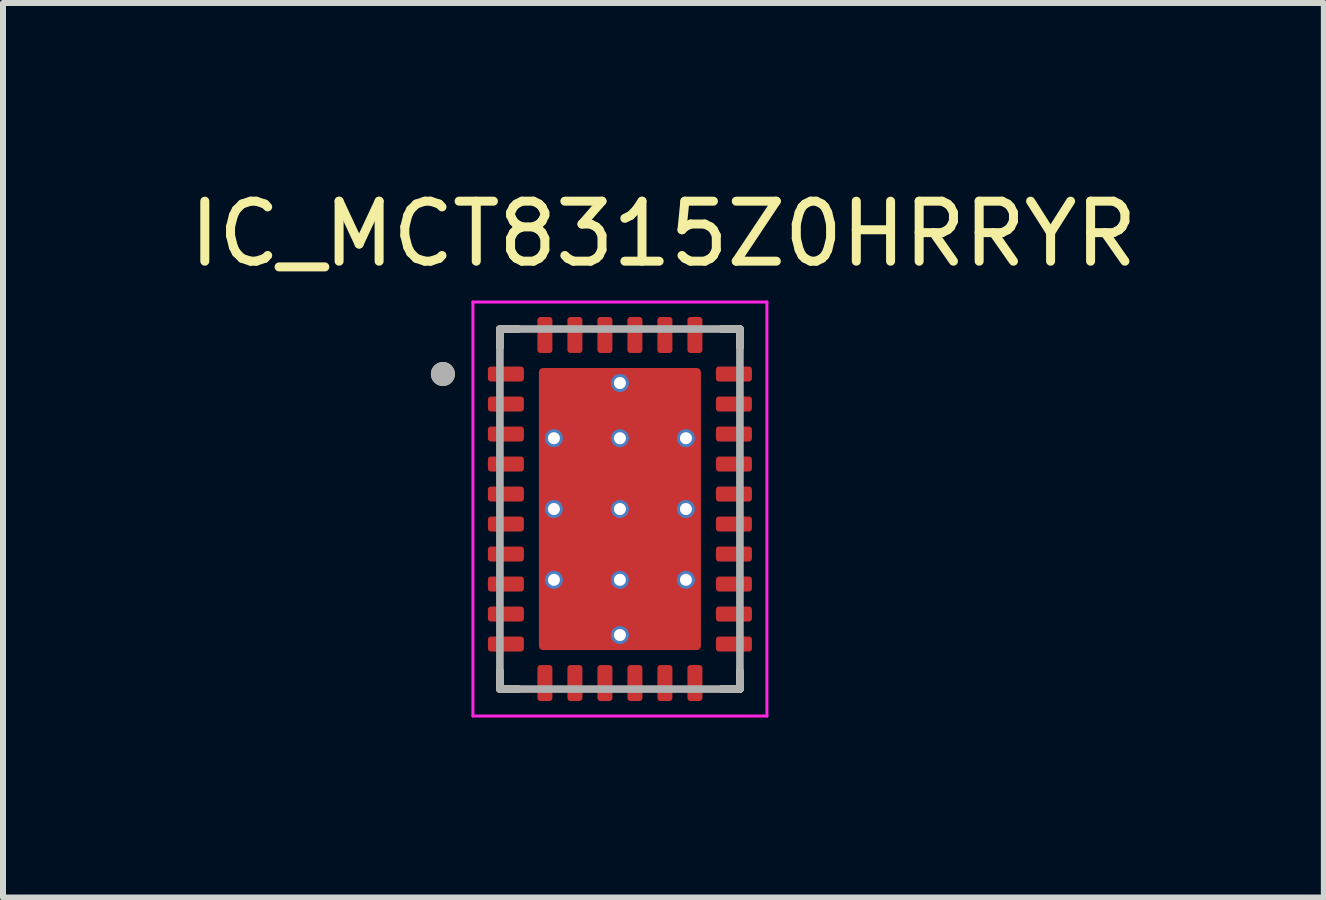
<source format=kicad_pcb>
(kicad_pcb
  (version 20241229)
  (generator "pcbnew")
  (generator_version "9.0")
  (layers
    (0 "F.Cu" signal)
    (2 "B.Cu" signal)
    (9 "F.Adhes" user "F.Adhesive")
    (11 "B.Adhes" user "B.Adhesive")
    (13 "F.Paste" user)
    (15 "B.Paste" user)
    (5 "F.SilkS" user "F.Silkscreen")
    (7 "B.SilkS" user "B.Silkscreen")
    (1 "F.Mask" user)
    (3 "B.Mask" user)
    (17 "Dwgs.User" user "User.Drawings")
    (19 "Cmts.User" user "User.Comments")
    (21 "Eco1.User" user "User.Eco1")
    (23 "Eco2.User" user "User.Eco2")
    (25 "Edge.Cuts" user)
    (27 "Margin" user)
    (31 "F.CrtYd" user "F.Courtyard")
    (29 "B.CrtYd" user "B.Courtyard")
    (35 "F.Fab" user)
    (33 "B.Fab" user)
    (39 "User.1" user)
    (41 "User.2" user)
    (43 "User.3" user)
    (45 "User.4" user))
  (footprint "IC_MCT8315Z0HRRYR"
    (layer "F.Cu")
    (at 7.281 5.433)
    (property "Reference" "IC_MCT8315Z0HRRYR" (at 0.725 -4.585 0) (layer "F.SilkS") (effects (font (size 1 1) (thickness 0.15))))
    (attr smd)
    (fp_poly (pts (xy -2.27 -2.325) (xy -2.27 -2.175) (xy -2.27 -2.169) (xy -2.269 -2.162) (xy -2.269 -2.156) (xy -2.267 -2.15) (xy -2.266 -2.144) (xy -2.264 -2.138) (xy -2.262 -2.132) (xy -2.26 -2.126) (xy -2.257 -2.121) (xy -2.254 -2.115) (xy -2.251 -2.11) (xy -2.247 -2.104) (xy -2.243 -2.099) (xy -2.239 -2.095) (xy -2.235 -2.09) (xy -2.23 -2.086) (xy -2.226 -2.082) (xy -2.221 -2.078) (xy -2.215 -2.074) (xy -2.21 -2.071) (xy -2.204 -2.068) (xy -2.199 -2.065) (xy -2.193 -2.063) (xy -2.187 -2.061) (xy -2.181 -2.059) (xy -2.175 -2.058) (xy -2.169 -2.056) (xy -2.163 -2.056) (xy -2.156 -2.055) (xy -2.15 -2.055) (xy -1.65 -2.055) (xy -1.644 -2.055) (xy -1.637 -2.056) (xy -1.631 -2.056) (xy -1.625 -2.058) (xy -1.619 -2.059) (xy -1.613 -2.061) (xy -1.607 -2.063) (xy -1.601 -2.065) (xy -1.596 -2.068) (xy -1.59 -2.071) (xy -1.585 -2.074) (xy -1.579 -2.078) (xy -1.574 -2.082) (xy -1.57 -2.086) (xy -1.565 -2.09) (xy -1.561 -2.095) (xy -1.557 -2.099) (xy -1.553 -2.104) (xy -1.549 -2.11) (xy -1.546 -2.115) (xy -1.543 -2.121) (xy -1.54 -2.126) (xy -1.538 -2.132) (xy -1.536 -2.138) (xy -1.534 -2.144) (xy -1.533 -2.15) (xy -1.531 -2.156) (xy -1.531 -2.162) (xy -1.53 -2.169) (xy -1.53 -2.175) (xy -1.53 -2.325) (xy -1.53 -2.331) (xy -1.531 -2.338) (xy -1.531 -2.344) (xy -1.533 -2.35) (xy -1.534 -2.356) (xy -1.536 -2.362) (xy -1.538 -2.368) (xy -1.54 -2.374) (xy -1.543 -2.379) (xy -1.546 -2.385) (xy -1.549 -2.39) (xy -1.553 -2.396) (xy -1.557 -2.401) (xy -1.561 -2.405) (xy -1.565 -2.41) (xy -1.57 -2.414) (xy -1.574 -2.418) (xy -1.579 -2.422) (xy -1.585 -2.426) (xy -1.59 -2.429) (xy -1.596 -2.432) (xy -1.601 -2.435) (xy -1.607 -2.437) (xy -1.613 -2.439) (xy -1.619 -2.441) (xy -1.625 -2.442) (xy -1.631 -2.444) (xy -1.637 -2.444) (xy -1.644 -2.445) (xy -1.65 -2.445) (xy -2.15 -2.445) (xy -2.156 -2.445) (xy -2.163 -2.444) (xy -2.169 -2.444) (xy -2.175 -2.442) (xy -2.181 -2.441) (xy -2.187 -2.439) (xy -2.193 -2.437) (xy -2.199 -2.435) (xy -2.204 -2.432) (xy -2.21 -2.429) (xy -2.215 -2.426) (xy -2.221 -2.422) (xy -2.226 -2.418) (xy -2.23 -2.414) (xy -2.235 -2.41) (xy -2.239 -2.405) (xy -2.243 -2.401) (xy -2.247 -2.396) (xy -2.251 -2.39) (xy -2.254 -2.385) (xy -2.257 -2.379) (xy -2.26 -2.374) (xy -2.262 -2.368) (xy -2.264 -2.362) (xy -2.266 -2.356) (xy -2.267 -2.35) (xy -2.269 -2.344) (xy -2.269 -2.338) (xy -2.27 -2.331) (xy -2.27 -2.325)) (stroke (width 0.01) (type solid)) (fill yes) (layer "F.Mask"))
    (fp_poly (pts (xy -2.27 -1.825) (xy -2.27 -1.675) (xy -2.27 -1.669) (xy -2.269 -1.662) (xy -2.269 -1.656) (xy -2.267 -1.65) (xy -2.266 -1.644) (xy -2.264 -1.638) (xy -2.262 -1.632) (xy -2.26 -1.626) (xy -2.257 -1.621) (xy -2.254 -1.615) (xy -2.251 -1.61) (xy -2.247 -1.604) (xy -2.243 -1.599) (xy -2.239 -1.595) (xy -2.235 -1.59) (xy -2.23 -1.586) (xy -2.226 -1.582) (xy -2.221 -1.578) (xy -2.215 -1.574) (xy -2.21 -1.571) (xy -2.204 -1.568) (xy -2.199 -1.565) (xy -2.193 -1.563) (xy -2.187 -1.561) (xy -2.181 -1.559) (xy -2.175 -1.558) (xy -2.169 -1.556) (xy -2.163 -1.556) (xy -2.156 -1.555) (xy -2.15 -1.555) (xy -1.65 -1.555) (xy -1.644 -1.555) (xy -1.637 -1.556) (xy -1.631 -1.556) (xy -1.625 -1.558) (xy -1.619 -1.559) (xy -1.613 -1.561) (xy -1.607 -1.563) (xy -1.601 -1.565) (xy -1.596 -1.568) (xy -1.59 -1.571) (xy -1.585 -1.574) (xy -1.579 -1.578) (xy -1.574 -1.582) (xy -1.57 -1.586) (xy -1.565 -1.59) (xy -1.561 -1.595) (xy -1.557 -1.599) (xy -1.553 -1.604) (xy -1.549 -1.61) (xy -1.546 -1.615) (xy -1.543 -1.621) (xy -1.54 -1.626) (xy -1.538 -1.632) (xy -1.536 -1.638) (xy -1.534 -1.644) (xy -1.533 -1.65) (xy -1.531 -1.656) (xy -1.531 -1.662) (xy -1.53 -1.669) (xy -1.53 -1.675) (xy -1.53 -1.825) (xy -1.53 -1.831) (xy -1.531 -1.838) (xy -1.531 -1.844) (xy -1.533 -1.85) (xy -1.534 -1.856) (xy -1.536 -1.862) (xy -1.538 -1.868) (xy -1.54 -1.874) (xy -1.543 -1.879) (xy -1.546 -1.885) (xy -1.549 -1.89) (xy -1.553 -1.896) (xy -1.557 -1.901) (xy -1.561 -1.905) (xy -1.565 -1.91) (xy -1.57 -1.914) (xy -1.574 -1.918) (xy -1.579 -1.922) (xy -1.585 -1.926) (xy -1.59 -1.929) (xy -1.596 -1.932) (xy -1.601 -1.935) (xy -1.607 -1.937) (xy -1.613 -1.939) (xy -1.619 -1.941) (xy -1.625 -1.942) (xy -1.631 -1.944) (xy -1.637 -1.944) (xy -1.644 -1.945) (xy -1.65 -1.945) (xy -2.15 -1.945) (xy -2.156 -1.945) (xy -2.163 -1.944) (xy -2.169 -1.944) (xy -2.175 -1.942) (xy -2.181 -1.941) (xy -2.187 -1.939) (xy -2.193 -1.937) (xy -2.199 -1.935) (xy -2.204 -1.932) (xy -2.21 -1.929) (xy -2.215 -1.926) (xy -2.221 -1.922) (xy -2.226 -1.918) (xy -2.23 -1.914) (xy -2.235 -1.91) (xy -2.239 -1.905) (xy -2.243 -1.901) (xy -2.247 -1.896) (xy -2.251 -1.89) (xy -2.254 -1.885) (xy -2.257 -1.879) (xy -2.26 -1.874) (xy -2.262 -1.868) (xy -2.264 -1.862) (xy -2.266 -1.856) (xy -2.267 -1.85) (xy -2.269 -1.844) (xy -2.269 -1.838) (xy -2.27 -1.831) (xy -2.27 -1.825)) (stroke (width 0.01) (type solid)) (fill yes) (layer "F.Mask"))
    (fp_poly (pts (xy -2.27 -1.325) (xy -2.27 -1.175) (xy -2.27 -1.169) (xy -2.269 -1.162) (xy -2.269 -1.156) (xy -2.267 -1.15) (xy -2.266 -1.144) (xy -2.264 -1.138) (xy -2.262 -1.132) (xy -2.26 -1.126) (xy -2.257 -1.121) (xy -2.254 -1.115) (xy -2.251 -1.11) (xy -2.247 -1.104) (xy -2.243 -1.099) (xy -2.239 -1.095) (xy -2.235 -1.09) (xy -2.23 -1.086) (xy -2.226 -1.082) (xy -2.221 -1.078) (xy -2.215 -1.074) (xy -2.21 -1.071) (xy -2.204 -1.068) (xy -2.199 -1.065) (xy -2.193 -1.063) (xy -2.187 -1.061) (xy -2.181 -1.059) (xy -2.175 -1.058) (xy -2.169 -1.056) (xy -2.163 -1.056) (xy -2.156 -1.055) (xy -2.15 -1.055) (xy -1.65 -1.055) (xy -1.644 -1.055) (xy -1.637 -1.056) (xy -1.631 -1.056) (xy -1.625 -1.058) (xy -1.619 -1.059) (xy -1.613 -1.061) (xy -1.607 -1.063) (xy -1.601 -1.065) (xy -1.596 -1.068) (xy -1.59 -1.071) (xy -1.585 -1.074) (xy -1.579 -1.078) (xy -1.574 -1.082) (xy -1.57 -1.086) (xy -1.565 -1.09) (xy -1.561 -1.095) (xy -1.557 -1.099) (xy -1.553 -1.104) (xy -1.549 -1.11) (xy -1.546 -1.115) (xy -1.543 -1.121) (xy -1.54 -1.126) (xy -1.538 -1.132) (xy -1.536 -1.138) (xy -1.534 -1.144) (xy -1.533 -1.15) (xy -1.531 -1.156) (xy -1.531 -1.162) (xy -1.53 -1.169) (xy -1.53 -1.175) (xy -1.53 -1.325) (xy -1.53 -1.331) (xy -1.531 -1.338) (xy -1.531 -1.344) (xy -1.533 -1.35) (xy -1.534 -1.356) (xy -1.536 -1.362) (xy -1.538 -1.368) (xy -1.54 -1.374) (xy -1.543 -1.379) (xy -1.546 -1.385) (xy -1.549 -1.39) (xy -1.553 -1.396) (xy -1.557 -1.401) (xy -1.561 -1.405) (xy -1.565 -1.41) (xy -1.57 -1.414) (xy -1.574 -1.418) (xy -1.579 -1.422) (xy -1.585 -1.426) (xy -1.59 -1.429) (xy -1.596 -1.432) (xy -1.601 -1.435) (xy -1.607 -1.437) (xy -1.613 -1.439) (xy -1.619 -1.441) (xy -1.625 -1.442) (xy -1.631 -1.444) (xy -1.637 -1.444) (xy -1.644 -1.445) (xy -1.65 -1.445) (xy -2.15 -1.445) (xy -2.156 -1.445) (xy -2.163 -1.444) (xy -2.169 -1.444) (xy -2.175 -1.442) (xy -2.181 -1.441) (xy -2.187 -1.439) (xy -2.193 -1.437) (xy -2.199 -1.435) (xy -2.204 -1.432) (xy -2.21 -1.429) (xy -2.215 -1.426) (xy -2.221 -1.422) (xy -2.226 -1.418) (xy -2.23 -1.414) (xy -2.235 -1.41) (xy -2.239 -1.405) (xy -2.243 -1.401) (xy -2.247 -1.396) (xy -2.251 -1.39) (xy -2.254 -1.385) (xy -2.257 -1.379) (xy -2.26 -1.374) (xy -2.262 -1.368) (xy -2.264 -1.362) (xy -2.266 -1.356) (xy -2.267 -1.35) (xy -2.269 -1.344) (xy -2.269 -1.338) (xy -2.27 -1.331) (xy -2.27 -1.325)) (stroke (width 0.01) (type solid)) (fill yes) (layer "F.Mask"))
    (fp_poly (pts (xy -2.27 -0.825) (xy -2.27 -0.675) (xy -2.27 -0.669) (xy -2.269 -0.662) (xy -2.269 -0.656) (xy -2.267 -0.65) (xy -2.266 -0.644) (xy -2.264 -0.638) (xy -2.262 -0.632) (xy -2.26 -0.626) (xy -2.257 -0.621) (xy -2.254 -0.615) (xy -2.251 -0.61) (xy -2.247 -0.604) (xy -2.243 -0.599) (xy -2.239 -0.595) (xy -2.235 -0.59) (xy -2.23 -0.586) (xy -2.226 -0.582) (xy -2.221 -0.578) (xy -2.215 -0.574) (xy -2.21 -0.571) (xy -2.204 -0.568) (xy -2.199 -0.565) (xy -2.193 -0.563) (xy -2.187 -0.561) (xy -2.181 -0.559) (xy -2.175 -0.558) (xy -2.169 -0.556) (xy -2.163 -0.556) (xy -2.156 -0.555) (xy -2.15 -0.555) (xy -1.65 -0.555) (xy -1.644 -0.555) (xy -1.637 -0.556) (xy -1.631 -0.556) (xy -1.625 -0.558) (xy -1.619 -0.559) (xy -1.613 -0.561) (xy -1.607 -0.563) (xy -1.601 -0.565) (xy -1.596 -0.568) (xy -1.59 -0.571) (xy -1.585 -0.574) (xy -1.579 -0.578) (xy -1.574 -0.582) (xy -1.57 -0.586) (xy -1.565 -0.59) (xy -1.561 -0.595) (xy -1.557 -0.599) (xy -1.553 -0.604) (xy -1.549 -0.61) (xy -1.546 -0.615) (xy -1.543 -0.621) (xy -1.54 -0.626) (xy -1.538 -0.632) (xy -1.536 -0.638) (xy -1.534 -0.644) (xy -1.533 -0.65) (xy -1.531 -0.656) (xy -1.531 -0.662) (xy -1.53 -0.669) (xy -1.53 -0.675) (xy -1.53 -0.825) (xy -1.53 -0.831) (xy -1.531 -0.838) (xy -1.531 -0.844) (xy -1.533 -0.85) (xy -1.534 -0.856) (xy -1.536 -0.862) (xy -1.538 -0.868) (xy -1.54 -0.874) (xy -1.543 -0.879) (xy -1.546 -0.885) (xy -1.549 -0.89) (xy -1.553 -0.896) (xy -1.557 -0.901) (xy -1.561 -0.905) (xy -1.565 -0.91) (xy -1.57 -0.914) (xy -1.574 -0.918) (xy -1.579 -0.922) (xy -1.585 -0.926) (xy -1.59 -0.929) (xy -1.596 -0.932) (xy -1.601 -0.935) (xy -1.607 -0.937) (xy -1.613 -0.939) (xy -1.619 -0.941) (xy -1.625 -0.942) (xy -1.631 -0.944) (xy -1.637 -0.944) (xy -1.644 -0.945) (xy -1.65 -0.945) (xy -2.15 -0.945) (xy -2.156 -0.945) (xy -2.163 -0.944) (xy -2.169 -0.944) (xy -2.175 -0.942) (xy -2.181 -0.941) (xy -2.187 -0.939) (xy -2.193 -0.937) (xy -2.199 -0.935) (xy -2.204 -0.932) (xy -2.21 -0.929) (xy -2.215 -0.926) (xy -2.221 -0.922) (xy -2.226 -0.918) (xy -2.23 -0.914) (xy -2.235 -0.91) (xy -2.239 -0.905) (xy -2.243 -0.901) (xy -2.247 -0.896) (xy -2.251 -0.89) (xy -2.254 -0.885) (xy -2.257 -0.879) (xy -2.26 -0.874) (xy -2.262 -0.868) (xy -2.264 -0.862) (xy -2.266 -0.856) (xy -2.267 -0.85) (xy -2.269 -0.844) (xy -2.269 -0.838) (xy -2.27 -0.831) (xy -2.27 -0.825)) (stroke (width 0.01) (type solid)) (fill yes) (layer "F.Mask"))
    (fp_poly (pts (xy -2.27 -0.325) (xy -2.27 -0.175) (xy -2.27 -0.169) (xy -2.269 -0.162) (xy -2.269 -0.156) (xy -2.267 -0.15) (xy -2.266 -0.144) (xy -2.264 -0.138) (xy -2.262 -0.132) (xy -2.26 -0.126) (xy -2.257 -0.121) (xy -2.254 -0.115) (xy -2.251 -0.11) (xy -2.247 -0.104) (xy -2.243 -0.099) (xy -2.239 -0.095) (xy -2.235 -0.09) (xy -2.23 -0.086) (xy -2.226 -0.082) (xy -2.221 -0.078) (xy -2.215 -0.074) (xy -2.21 -0.071) (xy -2.204 -0.068) (xy -2.199 -0.065) (xy -2.193 -0.063) (xy -2.187 -0.061) (xy -2.181 -0.059) (xy -2.175 -0.058) (xy -2.169 -0.056) (xy -2.163 -0.056) (xy -2.156 -0.055) (xy -2.15 -0.055) (xy -1.65 -0.055) (xy -1.644 -0.055) (xy -1.637 -0.056) (xy -1.631 -0.056) (xy -1.625 -0.058) (xy -1.619 -0.059) (xy -1.613 -0.061) (xy -1.607 -0.063) (xy -1.601 -0.065) (xy -1.596 -0.068) (xy -1.59 -0.071) (xy -1.585 -0.074) (xy -1.579 -0.078) (xy -1.574 -0.082) (xy -1.57 -0.086) (xy -1.565 -0.09) (xy -1.561 -0.095) (xy -1.557 -0.099) (xy -1.553 -0.104) (xy -1.549 -0.11) (xy -1.546 -0.115) (xy -1.543 -0.121) (xy -1.54 -0.126) (xy -1.538 -0.132) (xy -1.536 -0.138) (xy -1.534 -0.144) (xy -1.533 -0.15) (xy -1.531 -0.156) (xy -1.531 -0.162) (xy -1.53 -0.169) (xy -1.53 -0.175) (xy -1.53 -0.325) (xy -1.53 -0.331) (xy -1.531 -0.338) (xy -1.531 -0.344) (xy -1.533 -0.35) (xy -1.534 -0.356) (xy -1.536 -0.362) (xy -1.538 -0.368) (xy -1.54 -0.374) (xy -1.543 -0.379) (xy -1.546 -0.385) (xy -1.549 -0.39) (xy -1.553 -0.396) (xy -1.557 -0.401) (xy -1.561 -0.405) (xy -1.565 -0.41) (xy -1.57 -0.414) (xy -1.574 -0.418) (xy -1.579 -0.422) (xy -1.585 -0.426) (xy -1.59 -0.429) (xy -1.596 -0.432) (xy -1.601 -0.435) (xy -1.607 -0.437) (xy -1.613 -0.439) (xy -1.619 -0.441) (xy -1.625 -0.442) (xy -1.631 -0.444) (xy -1.637 -0.444) (xy -1.644 -0.445) (xy -1.65 -0.445) (xy -2.15 -0.445) (xy -2.156 -0.445) (xy -2.163 -0.444) (xy -2.169 -0.444) (xy -2.175 -0.442) (xy -2.181 -0.441) (xy -2.187 -0.439) (xy -2.193 -0.437) (xy -2.199 -0.435) (xy -2.204 -0.432) (xy -2.21 -0.429) (xy -2.215 -0.426) (xy -2.221 -0.422) (xy -2.226 -0.418) (xy -2.23 -0.414) (xy -2.235 -0.41) (xy -2.239 -0.405) (xy -2.243 -0.401) (xy -2.247 -0.396) (xy -2.251 -0.39) (xy -2.254 -0.385) (xy -2.257 -0.379) (xy -2.26 -0.374) (xy -2.262 -0.368) (xy -2.264 -0.362) (xy -2.266 -0.356) (xy -2.267 -0.35) (xy -2.269 -0.344) (xy -2.269 -0.338) (xy -2.27 -0.331) (xy -2.27 -0.325)) (stroke (width 0.01) (type solid)) (fill yes) (layer "F.Mask"))
    (fp_poly (pts (xy -2.27 0.175) (xy -2.27 0.325) (xy -2.27 0.331) (xy -2.269 0.338) (xy -2.269 0.344) (xy -2.267 0.35) (xy -2.266 0.356) (xy -2.264 0.362) (xy -2.262 0.368) (xy -2.26 0.374) (xy -2.257 0.379) (xy -2.254 0.385) (xy -2.251 0.39) (xy -2.247 0.396) (xy -2.243 0.401) (xy -2.239 0.405) (xy -2.235 0.41) (xy -2.23 0.414) (xy -2.226 0.418) (xy -2.221 0.422) (xy -2.215 0.426) (xy -2.21 0.429) (xy -2.204 0.432) (xy -2.199 0.435) (xy -2.193 0.437) (xy -2.187 0.439) (xy -2.181 0.441) (xy -2.175 0.442) (xy -2.169 0.444) (xy -2.163 0.444) (xy -2.156 0.445) (xy -2.15 0.445) (xy -1.65 0.445) (xy -1.644 0.445) (xy -1.637 0.444) (xy -1.631 0.444) (xy -1.625 0.442) (xy -1.619 0.441) (xy -1.613 0.439) (xy -1.607 0.437) (xy -1.601 0.435) (xy -1.596 0.432) (xy -1.59 0.429) (xy -1.585 0.426) (xy -1.579 0.422) (xy -1.574 0.418) (xy -1.57 0.414) (xy -1.565 0.41) (xy -1.561 0.405) (xy -1.557 0.401) (xy -1.553 0.396) (xy -1.549 0.39) (xy -1.546 0.385) (xy -1.543 0.379) (xy -1.54 0.374) (xy -1.538 0.368) (xy -1.536 0.362) (xy -1.534 0.356) (xy -1.533 0.35) (xy -1.531 0.344) (xy -1.531 0.338) (xy -1.53 0.331) (xy -1.53 0.325) (xy -1.53 0.175) (xy -1.53 0.169) (xy -1.531 0.162) (xy -1.531 0.156) (xy -1.533 0.15) (xy -1.534 0.144) (xy -1.536 0.138) (xy -1.538 0.132) (xy -1.54 0.126) (xy -1.543 0.121) (xy -1.546 0.115) (xy -1.549 0.11) (xy -1.553 0.104) (xy -1.557 0.099) (xy -1.561 0.095) (xy -1.565 0.09) (xy -1.57 0.086) (xy -1.574 0.082) (xy -1.579 0.078) (xy -1.585 0.074) (xy -1.59 0.071) (xy -1.596 0.068) (xy -1.601 0.065) (xy -1.607 0.063) (xy -1.613 0.061) (xy -1.619 0.059) (xy -1.625 0.058) (xy -1.631 0.056) (xy -1.637 0.056) (xy -1.644 0.055) (xy -1.65 0.055) (xy -2.15 0.055) (xy -2.156 0.055) (xy -2.163 0.056) (xy -2.169 0.056) (xy -2.175 0.058) (xy -2.181 0.059) (xy -2.187 0.061) (xy -2.193 0.063) (xy -2.199 0.065) (xy -2.204 0.068) (xy -2.21 0.071) (xy -2.215 0.074) (xy -2.221 0.078) (xy -2.226 0.082) (xy -2.23 0.086) (xy -2.235 0.09) (xy -2.239 0.095) (xy -2.243 0.099) (xy -2.247 0.104) (xy -2.251 0.11) (xy -2.254 0.115) (xy -2.257 0.121) (xy -2.26 0.126) (xy -2.262 0.132) (xy -2.264 0.138) (xy -2.266 0.144) (xy -2.267 0.15) (xy -2.269 0.156) (xy -2.269 0.162) (xy -2.27 0.169) (xy -2.27 0.175)) (stroke (width 0.01) (type solid)) (fill yes) (layer "F.Mask"))
    (fp_poly (pts (xy -2.27 0.675) (xy -2.27 0.825) (xy -2.27 0.831) (xy -2.269 0.838) (xy -2.269 0.844) (xy -2.267 0.85) (xy -2.266 0.856) (xy -2.264 0.862) (xy -2.262 0.868) (xy -2.26 0.874) (xy -2.257 0.879) (xy -2.254 0.885) (xy -2.251 0.89) (xy -2.247 0.896) (xy -2.243 0.901) (xy -2.239 0.905) (xy -2.235 0.91) (xy -2.23 0.914) (xy -2.226 0.918) (xy -2.221 0.922) (xy -2.215 0.926) (xy -2.21 0.929) (xy -2.204 0.932) (xy -2.199 0.935) (xy -2.193 0.937) (xy -2.187 0.939) (xy -2.181 0.941) (xy -2.175 0.942) (xy -2.169 0.944) (xy -2.163 0.944) (xy -2.156 0.945) (xy -2.15 0.945) (xy -1.65 0.945) (xy -1.644 0.945) (xy -1.637 0.944) (xy -1.631 0.944) (xy -1.625 0.942) (xy -1.619 0.941) (xy -1.613 0.939) (xy -1.607 0.937) (xy -1.601 0.935) (xy -1.596 0.932) (xy -1.59 0.929) (xy -1.585 0.926) (xy -1.579 0.922) (xy -1.574 0.918) (xy -1.57 0.914) (xy -1.565 0.91) (xy -1.561 0.905) (xy -1.557 0.901) (xy -1.553 0.896) (xy -1.549 0.89) (xy -1.546 0.885) (xy -1.543 0.879) (xy -1.54 0.874) (xy -1.538 0.868) (xy -1.536 0.862) (xy -1.534 0.856) (xy -1.533 0.85) (xy -1.531 0.844) (xy -1.531 0.838) (xy -1.53 0.831) (xy -1.53 0.825) (xy -1.53 0.675) (xy -1.53 0.669) (xy -1.531 0.662) (xy -1.531 0.656) (xy -1.533 0.65) (xy -1.534 0.644) (xy -1.536 0.638) (xy -1.538 0.632) (xy -1.54 0.626) (xy -1.543 0.621) (xy -1.546 0.615) (xy -1.549 0.61) (xy -1.553 0.604) (xy -1.557 0.599) (xy -1.561 0.595) (xy -1.565 0.59) (xy -1.57 0.586) (xy -1.574 0.582) (xy -1.579 0.578) (xy -1.585 0.574) (xy -1.59 0.571) (xy -1.596 0.568) (xy -1.601 0.565) (xy -1.607 0.563) (xy -1.613 0.561) (xy -1.619 0.559) (xy -1.625 0.558) (xy -1.631 0.556) (xy -1.637 0.556) (xy -1.644 0.555) (xy -1.65 0.555) (xy -2.15 0.555) (xy -2.156 0.555) (xy -2.163 0.556) (xy -2.169 0.556) (xy -2.175 0.558) (xy -2.181 0.559) (xy -2.187 0.561) (xy -2.193 0.563) (xy -2.199 0.565) (xy -2.204 0.568) (xy -2.21 0.571) (xy -2.215 0.574) (xy -2.221 0.578) (xy -2.226 0.582) (xy -2.23 0.586) (xy -2.235 0.59) (xy -2.239 0.595) (xy -2.243 0.599) (xy -2.247 0.604) (xy -2.251 0.61) (xy -2.254 0.615) (xy -2.257 0.621) (xy -2.26 0.626) (xy -2.262 0.632) (xy -2.264 0.638) (xy -2.266 0.644) (xy -2.267 0.65) (xy -2.269 0.656) (xy -2.269 0.662) (xy -2.27 0.669) (xy -2.27 0.675)) (stroke (width 0.01) (type solid)) (fill yes) (layer "F.Mask"))
    (fp_poly (pts (xy -2.27 1.175) (xy -2.27 1.325) (xy -2.27 1.331) (xy -2.269 1.338) (xy -2.269 1.344) (xy -2.267 1.35) (xy -2.266 1.356) (xy -2.264 1.362) (xy -2.262 1.368) (xy -2.26 1.374) (xy -2.257 1.379) (xy -2.254 1.385) (xy -2.251 1.39) (xy -2.247 1.396) (xy -2.243 1.401) (xy -2.239 1.405) (xy -2.235 1.41) (xy -2.23 1.414) (xy -2.226 1.418) (xy -2.221 1.422) (xy -2.215 1.426) (xy -2.21 1.429) (xy -2.204 1.432) (xy -2.199 1.435) (xy -2.193 1.437) (xy -2.187 1.439) (xy -2.181 1.441) (xy -2.175 1.442) (xy -2.169 1.444) (xy -2.163 1.444) (xy -2.156 1.445) (xy -2.15 1.445) (xy -1.65 1.445) (xy -1.644 1.445) (xy -1.637 1.444) (xy -1.631 1.444) (xy -1.625 1.442) (xy -1.619 1.441) (xy -1.613 1.439) (xy -1.607 1.437) (xy -1.601 1.435) (xy -1.596 1.432) (xy -1.59 1.429) (xy -1.585 1.426) (xy -1.579 1.422) (xy -1.574 1.418) (xy -1.57 1.414) (xy -1.565 1.41) (xy -1.561 1.405) (xy -1.557 1.401) (xy -1.553 1.396) (xy -1.549 1.39) (xy -1.546 1.385) (xy -1.543 1.379) (xy -1.54 1.374) (xy -1.538 1.368) (xy -1.536 1.362) (xy -1.534 1.356) (xy -1.533 1.35) (xy -1.531 1.344) (xy -1.531 1.338) (xy -1.53 1.331) (xy -1.53 1.325) (xy -1.53 1.175) (xy -1.53 1.169) (xy -1.531 1.162) (xy -1.531 1.156) (xy -1.533 1.15) (xy -1.534 1.144) (xy -1.536 1.138) (xy -1.538 1.132) (xy -1.54 1.126) (xy -1.543 1.121) (xy -1.546 1.115) (xy -1.549 1.11) (xy -1.553 1.104) (xy -1.557 1.099) (xy -1.561 1.095) (xy -1.565 1.09) (xy -1.57 1.086) (xy -1.574 1.082) (xy -1.579 1.078) (xy -1.585 1.074) (xy -1.59 1.071) (xy -1.596 1.068) (xy -1.601 1.065) (xy -1.607 1.063) (xy -1.613 1.061) (xy -1.619 1.059) (xy -1.625 1.058) (xy -1.631 1.056) (xy -1.637 1.056) (xy -1.644 1.055) (xy -1.65 1.055) (xy -2.15 1.055) (xy -2.156 1.055) (xy -2.163 1.056) (xy -2.169 1.056) (xy -2.175 1.058) (xy -2.181 1.059) (xy -2.187 1.061) (xy -2.193 1.063) (xy -2.199 1.065) (xy -2.204 1.068) (xy -2.21 1.071) (xy -2.215 1.074) (xy -2.221 1.078) (xy -2.226 1.082) (xy -2.23 1.086) (xy -2.235 1.09) (xy -2.239 1.095) (xy -2.243 1.099) (xy -2.247 1.104) (xy -2.251 1.11) (xy -2.254 1.115) (xy -2.257 1.121) (xy -2.26 1.126) (xy -2.262 1.132) (xy -2.264 1.138) (xy -2.266 1.144) (xy -2.267 1.15) (xy -2.269 1.156) (xy -2.269 1.162) (xy -2.27 1.169) (xy -2.27 1.175)) (stroke (width 0.01) (type solid)) (fill yes) (layer "F.Mask"))
    (fp_poly (pts (xy -2.27 1.675) (xy -2.27 1.825) (xy -2.27 1.831) (xy -2.269 1.838) (xy -2.269 1.844) (xy -2.267 1.85) (xy -2.266 1.856) (xy -2.264 1.862) (xy -2.262 1.868) (xy -2.26 1.874) (xy -2.257 1.879) (xy -2.254 1.885) (xy -2.251 1.89) (xy -2.247 1.896) (xy -2.243 1.901) (xy -2.239 1.905) (xy -2.235 1.91) (xy -2.23 1.914) (xy -2.226 1.918) (xy -2.221 1.922) (xy -2.215 1.926) (xy -2.21 1.929) (xy -2.204 1.932) (xy -2.199 1.935) (xy -2.193 1.937) (xy -2.187 1.939) (xy -2.181 1.941) (xy -2.175 1.942) (xy -2.169 1.944) (xy -2.163 1.944) (xy -2.156 1.945) (xy -2.15 1.945) (xy -1.65 1.945) (xy -1.644 1.945) (xy -1.637 1.944) (xy -1.631 1.944) (xy -1.625 1.942) (xy -1.619 1.941) (xy -1.613 1.939) (xy -1.607 1.937) (xy -1.601 1.935) (xy -1.596 1.932) (xy -1.59 1.929) (xy -1.585 1.926) (xy -1.579 1.922) (xy -1.574 1.918) (xy -1.57 1.914) (xy -1.565 1.91) (xy -1.561 1.905) (xy -1.557 1.901) (xy -1.553 1.896) (xy -1.549 1.89) (xy -1.546 1.885) (xy -1.543 1.879) (xy -1.54 1.874) (xy -1.538 1.868) (xy -1.536 1.862) (xy -1.534 1.856) (xy -1.533 1.85) (xy -1.531 1.844) (xy -1.531 1.838) (xy -1.53 1.831) (xy -1.53 1.825) (xy -1.53 1.675) (xy -1.53 1.669) (xy -1.531 1.662) (xy -1.531 1.656) (xy -1.533 1.65) (xy -1.534 1.644) (xy -1.536 1.638) (xy -1.538 1.632) (xy -1.54 1.626) (xy -1.543 1.621) (xy -1.546 1.615) (xy -1.549 1.61) (xy -1.553 1.604) (xy -1.557 1.599) (xy -1.561 1.595) (xy -1.565 1.59) (xy -1.57 1.586) (xy -1.574 1.582) (xy -1.579 1.578) (xy -1.585 1.574) (xy -1.59 1.571) (xy -1.596 1.568) (xy -1.601 1.565) (xy -1.607 1.563) (xy -1.613 1.561) (xy -1.619 1.559) (xy -1.625 1.558) (xy -1.631 1.556) (xy -1.637 1.556) (xy -1.644 1.555) (xy -1.65 1.555) (xy -2.15 1.555) (xy -2.156 1.555) (xy -2.163 1.556) (xy -2.169 1.556) (xy -2.175 1.558) (xy -2.181 1.559) (xy -2.187 1.561) (xy -2.193 1.563) (xy -2.199 1.565) (xy -2.204 1.568) (xy -2.21 1.571) (xy -2.215 1.574) (xy -2.221 1.578) (xy -2.226 1.582) (xy -2.23 1.586) (xy -2.235 1.59) (xy -2.239 1.595) (xy -2.243 1.599) (xy -2.247 1.604) (xy -2.251 1.61) (xy -2.254 1.615) (xy -2.257 1.621) (xy -2.26 1.626) (xy -2.262 1.632) (xy -2.264 1.638) (xy -2.266 1.644) (xy -2.267 1.65) (xy -2.269 1.656) (xy -2.269 1.662) (xy -2.27 1.669) (xy -2.27 1.675)) (stroke (width 0.01) (type solid)) (fill yes) (layer "F.Mask"))
    (fp_poly (pts (xy -2.27 2.175) (xy -2.27 2.325) (xy -2.27 2.331) (xy -2.269 2.338) (xy -2.269 2.344) (xy -2.267 2.35) (xy -2.266 2.356) (xy -2.264 2.362) (xy -2.262 2.368) (xy -2.26 2.374) (xy -2.257 2.379) (xy -2.254 2.385) (xy -2.251 2.39) (xy -2.247 2.396) (xy -2.243 2.401) (xy -2.239 2.405) (xy -2.235 2.41) (xy -2.23 2.414) (xy -2.226 2.418) (xy -2.221 2.422) (xy -2.215 2.426) (xy -2.21 2.429) (xy -2.204 2.432) (xy -2.199 2.435) (xy -2.193 2.437) (xy -2.187 2.439) (xy -2.181 2.441) (xy -2.175 2.442) (xy -2.169 2.444) (xy -2.163 2.444) (xy -2.156 2.445) (xy -2.15 2.445) (xy -1.65 2.445) (xy -1.644 2.445) (xy -1.637 2.444) (xy -1.631 2.444) (xy -1.625 2.442) (xy -1.619 2.441) (xy -1.613 2.439) (xy -1.607 2.437) (xy -1.601 2.435) (xy -1.596 2.432) (xy -1.59 2.429) (xy -1.585 2.426) (xy -1.579 2.422) (xy -1.574 2.418) (xy -1.57 2.414) (xy -1.565 2.41) (xy -1.561 2.405) (xy -1.557 2.401) (xy -1.553 2.396) (xy -1.549 2.39) (xy -1.546 2.385) (xy -1.543 2.379) (xy -1.54 2.374) (xy -1.538 2.368) (xy -1.536 2.362) (xy -1.534 2.356) (xy -1.533 2.35) (xy -1.531 2.344) (xy -1.531 2.338) (xy -1.53 2.331) (xy -1.53 2.325) (xy -1.53 2.175) (xy -1.53 2.169) (xy -1.531 2.162) (xy -1.531 2.156) (xy -1.533 2.15) (xy -1.534 2.144) (xy -1.536 2.138) (xy -1.538 2.132) (xy -1.54 2.126) (xy -1.543 2.121) (xy -1.546 2.115) (xy -1.549 2.11) (xy -1.553 2.104) (xy -1.557 2.099) (xy -1.561 2.095) (xy -1.565 2.09) (xy -1.57 2.086) (xy -1.574 2.082) (xy -1.579 2.078) (xy -1.585 2.074) (xy -1.59 2.071) (xy -1.596 2.068) (xy -1.601 2.065) (xy -1.607 2.063) (xy -1.613 2.061) (xy -1.619 2.059) (xy -1.625 2.058) (xy -1.631 2.056) (xy -1.637 2.056) (xy -1.644 2.055) (xy -1.65 2.055) (xy -2.15 2.055) (xy -2.156 2.055) (xy -2.163 2.056) (xy -2.169 2.056) (xy -2.175 2.058) (xy -2.181 2.059) (xy -2.187 2.061) (xy -2.193 2.063) (xy -2.199 2.065) (xy -2.204 2.068) (xy -2.21 2.071) (xy -2.215 2.074) (xy -2.221 2.078) (xy -2.226 2.082) (xy -2.23 2.086) (xy -2.235 2.09) (xy -2.239 2.095) (xy -2.243 2.099) (xy -2.247 2.104) (xy -2.251 2.11) (xy -2.254 2.115) (xy -2.257 2.121) (xy -2.26 2.126) (xy -2.262 2.132) (xy -2.264 2.138) (xy -2.266 2.144) (xy -2.267 2.15) (xy -2.269 2.156) (xy -2.269 2.162) (xy -2.27 2.169) (xy -2.27 2.175)) (stroke (width 0.01) (type solid)) (fill yes) (layer "F.Mask"))
    (fp_poly (pts (xy -1.42 -2.3) (xy -1.42 -2.306) (xy -1.419 -2.313) (xy -1.419 -2.319) (xy -1.417 -2.325) (xy -1.416 -2.331) (xy -1.414 -2.337) (xy -1.412 -2.343) (xy -1.41 -2.349) (xy -1.407 -2.354) (xy -1.404 -2.36) (xy -1.401 -2.365) (xy -1.397 -2.371) (xy -1.393 -2.376) (xy -1.389 -2.38) (xy -1.385 -2.385) (xy -1.38 -2.389) (xy -1.376 -2.393) (xy -1.371 -2.397) (xy -1.365 -2.401) (xy -1.36 -2.404) (xy -1.354 -2.407) (xy -1.349 -2.41) (xy -1.343 -2.412) (xy -1.337 -2.414) (xy -1.331 -2.416) (xy -1.325 -2.417) (xy -1.319 -2.419) (xy -1.313 -2.419) (xy -1.306 -2.42) (xy -1.3 -2.42) (xy 1.3 -2.42) (xy 1.306 -2.42) (xy 1.313 -2.419) (xy 1.319 -2.419) (xy 1.325 -2.417) (xy 1.331 -2.416) (xy 1.337 -2.414) (xy 1.343 -2.412) (xy 1.349 -2.41) (xy 1.354 -2.407) (xy 1.36 -2.404) (xy 1.365 -2.401) (xy 1.371 -2.397) (xy 1.376 -2.393) (xy 1.38 -2.389) (xy 1.385 -2.385) (xy 1.389 -2.38) (xy 1.393 -2.376) (xy 1.397 -2.371) (xy 1.401 -2.365) (xy 1.404 -2.36) (xy 1.407 -2.354) (xy 1.41 -2.349) (xy 1.412 -2.343) (xy 1.414 -2.337) (xy 1.416 -2.331) (xy 1.417 -2.325) (xy 1.419 -2.319) (xy 1.419 -2.313) (xy 1.42 -2.306) (xy 1.42 -2.3) (xy 1.42 2.3) (xy 1.42 2.306) (xy 1.419 2.313) (xy 1.419 2.319) (xy 1.417 2.325) (xy 1.416 2.331) (xy 1.414 2.337) (xy 1.412 2.343) (xy 1.41 2.349) (xy 1.407 2.354) (xy 1.404 2.36) (xy 1.401 2.365) (xy 1.397 2.371) (xy 1.393 2.376) (xy 1.389 2.38) (xy 1.385 2.385) (xy 1.38 2.389) (xy 1.376 2.393) (xy 1.371 2.397) (xy 1.365 2.401) (xy 1.36 2.404) (xy 1.354 2.407) (xy 1.349 2.41) (xy 1.343 2.412) (xy 1.337 2.414) (xy 1.331 2.416) (xy 1.325 2.417) (xy 1.319 2.419) (xy 1.313 2.419) (xy 1.306 2.42) (xy 1.3 2.42) (xy -1.3 2.42) (xy -1.306 2.42) (xy -1.313 2.419) (xy -1.319 2.419) (xy -1.325 2.417) (xy -1.331 2.416) (xy -1.337 2.414) (xy -1.343 2.412) (xy -1.349 2.41) (xy -1.354 2.407) (xy -1.36 2.404) (xy -1.365 2.401) (xy -1.371 2.397) (xy -1.376 2.393) (xy -1.38 2.389) (xy -1.385 2.385) (xy -1.389 2.38) (xy -1.393 2.376) (xy -1.397 2.371) (xy -1.401 2.365) (xy -1.404 2.36) (xy -1.407 2.354) (xy -1.41 2.349) (xy -1.412 2.343) (xy -1.414 2.337) (xy -1.416 2.331) (xy -1.417 2.325) (xy -1.419 2.319) (xy -1.419 2.313) (xy -1.42 2.306) (xy -1.42 2.3) (xy -1.42 -2.3)) (stroke (width 0.01) (type solid)) (fill yes) (layer "F.Mask"))
    (fp_poly (pts (xy -1.325 -2.53) (xy -1.175 -2.53) (xy -1.169 -2.53) (xy -1.162 -2.531) (xy -1.156 -2.531) (xy -1.15 -2.533) (xy -1.144 -2.534) (xy -1.138 -2.536) (xy -1.132 -2.538) (xy -1.126 -2.54) (xy -1.121 -2.543) (xy -1.115 -2.546) (xy -1.11 -2.549) (xy -1.104 -2.553) (xy -1.099 -2.557) (xy -1.095 -2.561) (xy -1.09 -2.565) (xy -1.086 -2.57) (xy -1.082 -2.574) (xy -1.078 -2.579) (xy -1.074 -2.585) (xy -1.071 -2.59) (xy -1.068 -2.596) (xy -1.065 -2.601) (xy -1.063 -2.607) (xy -1.061 -2.613) (xy -1.059 -2.619) (xy -1.058 -2.625) (xy -1.056 -2.631) (xy -1.056 -2.637) (xy -1.055 -2.644) (xy -1.055 -2.65) (xy -1.055 -3.15) (xy -1.055 -3.156) (xy -1.056 -3.163) (xy -1.056 -3.169) (xy -1.058 -3.175) (xy -1.059 -3.181) (xy -1.061 -3.187) (xy -1.063 -3.193) (xy -1.065 -3.199) (xy -1.068 -3.204) (xy -1.071 -3.21) (xy -1.074 -3.215) (xy -1.078 -3.221) (xy -1.082 -3.226) (xy -1.086 -3.23) (xy -1.09 -3.235) (xy -1.095 -3.239) (xy -1.099 -3.243) (xy -1.104 -3.247) (xy -1.11 -3.251) (xy -1.115 -3.254) (xy -1.121 -3.257) (xy -1.126 -3.26) (xy -1.132 -3.262) (xy -1.138 -3.264) (xy -1.144 -3.266) (xy -1.15 -3.267) (xy -1.156 -3.269) (xy -1.162 -3.269) (xy -1.169 -3.27) (xy -1.175 -3.27) (xy -1.325 -3.27) (xy -1.331 -3.27) (xy -1.338 -3.269) (xy -1.344 -3.269) (xy -1.35 -3.267) (xy -1.356 -3.266) (xy -1.362 -3.264) (xy -1.368 -3.262) (xy -1.374 -3.26) (xy -1.379 -3.257) (xy -1.385 -3.254) (xy -1.39 -3.251) (xy -1.396 -3.247) (xy -1.401 -3.243) (xy -1.405 -3.239) (xy -1.41 -3.235) (xy -1.414 -3.23) (xy -1.418 -3.226) (xy -1.422 -3.221) (xy -1.426 -3.215) (xy -1.429 -3.21) (xy -1.432 -3.204) (xy -1.435 -3.199) (xy -1.437 -3.193) (xy -1.439 -3.187) (xy -1.441 -3.181) (xy -1.442 -3.175) (xy -1.444 -3.169) (xy -1.444 -3.163) (xy -1.445 -3.156) (xy -1.445 -3.15) (xy -1.445 -2.65) (xy -1.445 -2.644) (xy -1.444 -2.637) (xy -1.444 -2.631) (xy -1.442 -2.625) (xy -1.441 -2.619) (xy -1.439 -2.613) (xy -1.437 -2.607) (xy -1.435 -2.601) (xy -1.432 -2.596) (xy -1.429 -2.59) (xy -1.426 -2.585) (xy -1.422 -2.579) (xy -1.418 -2.574) (xy -1.414 -2.57) (xy -1.41 -2.565) (xy -1.405 -2.561) (xy -1.401 -2.557) (xy -1.396 -2.553) (xy -1.39 -2.549) (xy -1.385 -2.546) (xy -1.379 -2.543) (xy -1.374 -2.54) (xy -1.368 -2.538) (xy -1.362 -2.536) (xy -1.356 -2.534) (xy -1.35 -2.533) (xy -1.344 -2.531) (xy -1.338 -2.531) (xy -1.331 -2.53) (xy -1.325 -2.53)) (stroke (width 0.01) (type solid)) (fill yes) (layer "F.Mask"))
    (fp_poly (pts (xy -1.325 3.27) (xy -1.175 3.27) (xy -1.169 3.27) (xy -1.162 3.269) (xy -1.156 3.269) (xy -1.15 3.267) (xy -1.144 3.266) (xy -1.138 3.264) (xy -1.132 3.262) (xy -1.126 3.26) (xy -1.121 3.257) (xy -1.115 3.254) (xy -1.11 3.251) (xy -1.104 3.247) (xy -1.099 3.243) (xy -1.095 3.239) (xy -1.09 3.235) (xy -1.086 3.23) (xy -1.082 3.226) (xy -1.078 3.221) (xy -1.074 3.215) (xy -1.071 3.21) (xy -1.068 3.204) (xy -1.065 3.199) (xy -1.063 3.193) (xy -1.061 3.187) (xy -1.059 3.181) (xy -1.058 3.175) (xy -1.056 3.169) (xy -1.056 3.163) (xy -1.055 3.156) (xy -1.055 3.15) (xy -1.055 2.65) (xy -1.055 2.644) (xy -1.056 2.637) (xy -1.056 2.631) (xy -1.058 2.625) (xy -1.059 2.619) (xy -1.061 2.613) (xy -1.063 2.607) (xy -1.065 2.601) (xy -1.068 2.596) (xy -1.071 2.59) (xy -1.074 2.585) (xy -1.078 2.579) (xy -1.082 2.574) (xy -1.086 2.57) (xy -1.09 2.565) (xy -1.095 2.561) (xy -1.099 2.557) (xy -1.104 2.553) (xy -1.11 2.549) (xy -1.115 2.546) (xy -1.121 2.543) (xy -1.126 2.54) (xy -1.132 2.538) (xy -1.138 2.536) (xy -1.144 2.534) (xy -1.15 2.533) (xy -1.156 2.531) (xy -1.162 2.531) (xy -1.169 2.53) (xy -1.175 2.53) (xy -1.325 2.53) (xy -1.331 2.53) (xy -1.338 2.531) (xy -1.344 2.531) (xy -1.35 2.533) (xy -1.356 2.534) (xy -1.362 2.536) (xy -1.368 2.538) (xy -1.374 2.54) (xy -1.379 2.543) (xy -1.385 2.546) (xy -1.39 2.549) (xy -1.396 2.553) (xy -1.401 2.557) (xy -1.405 2.561) (xy -1.41 2.565) (xy -1.414 2.57) (xy -1.418 2.574) (xy -1.422 2.579) (xy -1.426 2.585) (xy -1.429 2.59) (xy -1.432 2.596) (xy -1.435 2.601) (xy -1.437 2.607) (xy -1.439 2.613) (xy -1.441 2.619) (xy -1.442 2.625) (xy -1.444 2.631) (xy -1.444 2.637) (xy -1.445 2.644) (xy -1.445 2.65) (xy -1.445 3.15) (xy -1.445 3.156) (xy -1.444 3.163) (xy -1.444 3.169) (xy -1.442 3.175) (xy -1.441 3.181) (xy -1.439 3.187) (xy -1.437 3.193) (xy -1.435 3.199) (xy -1.432 3.204) (xy -1.429 3.21) (xy -1.426 3.215) (xy -1.422 3.221) (xy -1.418 3.226) (xy -1.414 3.23) (xy -1.41 3.235) (xy -1.405 3.239) (xy -1.401 3.243) (xy -1.396 3.247) (xy -1.39 3.251) (xy -1.385 3.254) (xy -1.379 3.257) (xy -1.374 3.26) (xy -1.368 3.262) (xy -1.362 3.264) (xy -1.356 3.266) (xy -1.35 3.267) (xy -1.344 3.269) (xy -1.338 3.269) (xy -1.331 3.27) (xy -1.325 3.27)) (stroke (width 0.01) (type solid)) (fill yes) (layer "F.Mask"))
    (fp_poly (pts (xy -0.825 -2.53) (xy -0.675 -2.53) (xy -0.669 -2.53) (xy -0.662 -2.531) (xy -0.656 -2.531) (xy -0.65 -2.533) (xy -0.644 -2.534) (xy -0.638 -2.536) (xy -0.632 -2.538) (xy -0.626 -2.54) (xy -0.621 -2.543) (xy -0.615 -2.546) (xy -0.61 -2.549) (xy -0.604 -2.553) (xy -0.599 -2.557) (xy -0.595 -2.561) (xy -0.59 -2.565) (xy -0.586 -2.57) (xy -0.582 -2.574) (xy -0.578 -2.579) (xy -0.574 -2.585) (xy -0.571 -2.59) (xy -0.568 -2.596) (xy -0.565 -2.601) (xy -0.563 -2.607) (xy -0.561 -2.613) (xy -0.559 -2.619) (xy -0.558 -2.625) (xy -0.556 -2.631) (xy -0.556 -2.637) (xy -0.555 -2.644) (xy -0.555 -2.65) (xy -0.555 -3.15) (xy -0.555 -3.156) (xy -0.556 -3.163) (xy -0.556 -3.169) (xy -0.558 -3.175) (xy -0.559 -3.181) (xy -0.561 -3.187) (xy -0.563 -3.193) (xy -0.565 -3.199) (xy -0.568 -3.204) (xy -0.571 -3.21) (xy -0.574 -3.215) (xy -0.578 -3.221) (xy -0.582 -3.226) (xy -0.586 -3.23) (xy -0.59 -3.235) (xy -0.595 -3.239) (xy -0.599 -3.243) (xy -0.604 -3.247) (xy -0.61 -3.251) (xy -0.615 -3.254) (xy -0.621 -3.257) (xy -0.626 -3.26) (xy -0.632 -3.262) (xy -0.638 -3.264) (xy -0.644 -3.266) (xy -0.65 -3.267) (xy -0.656 -3.269) (xy -0.662 -3.269) (xy -0.669 -3.27) (xy -0.675 -3.27) (xy -0.825 -3.27) (xy -0.831 -3.27) (xy -0.838 -3.269) (xy -0.844 -3.269) (xy -0.85 -3.267) (xy -0.856 -3.266) (xy -0.862 -3.264) (xy -0.868 -3.262) (xy -0.874 -3.26) (xy -0.879 -3.257) (xy -0.885 -3.254) (xy -0.89 -3.251) (xy -0.896 -3.247) (xy -0.901 -3.243) (xy -0.905 -3.239) (xy -0.91 -3.235) (xy -0.914 -3.23) (xy -0.918 -3.226) (xy -0.922 -3.221) (xy -0.926 -3.215) (xy -0.929 -3.21) (xy -0.932 -3.204) (xy -0.935 -3.199) (xy -0.937 -3.193) (xy -0.939 -3.187) (xy -0.941 -3.181) (xy -0.942 -3.175) (xy -0.944 -3.169) (xy -0.944 -3.163) (xy -0.945 -3.156) (xy -0.945 -3.15) (xy -0.945 -2.65) (xy -0.945 -2.644) (xy -0.944 -2.637) (xy -0.944 -2.631) (xy -0.942 -2.625) (xy -0.941 -2.619) (xy -0.939 -2.613) (xy -0.937 -2.607) (xy -0.935 -2.601) (xy -0.932 -2.596) (xy -0.929 -2.59) (xy -0.926 -2.585) (xy -0.922 -2.579) (xy -0.918 -2.574) (xy -0.914 -2.57) (xy -0.91 -2.565) (xy -0.905 -2.561) (xy -0.901 -2.557) (xy -0.896 -2.553) (xy -0.89 -2.549) (xy -0.885 -2.546) (xy -0.879 -2.543) (xy -0.874 -2.54) (xy -0.868 -2.538) (xy -0.862 -2.536) (xy -0.856 -2.534) (xy -0.85 -2.533) (xy -0.844 -2.531) (xy -0.838 -2.531) (xy -0.831 -2.53) (xy -0.825 -2.53)) (stroke (width 0.01) (type solid)) (fill yes) (layer "F.Mask"))
    (fp_poly (pts (xy -0.825 3.27) (xy -0.675 3.27) (xy -0.669 3.27) (xy -0.662 3.269) (xy -0.656 3.269) (xy -0.65 3.267) (xy -0.644 3.266) (xy -0.638 3.264) (xy -0.632 3.262) (xy -0.626 3.26) (xy -0.621 3.257) (xy -0.615 3.254) (xy -0.61 3.251) (xy -0.604 3.247) (xy -0.599 3.243) (xy -0.595 3.239) (xy -0.59 3.235) (xy -0.586 3.23) (xy -0.582 3.226) (xy -0.578 3.221) (xy -0.574 3.215) (xy -0.571 3.21) (xy -0.568 3.204) (xy -0.565 3.199) (xy -0.563 3.193) (xy -0.561 3.187) (xy -0.559 3.181) (xy -0.558 3.175) (xy -0.556 3.169) (xy -0.556 3.163) (xy -0.555 3.156) (xy -0.555 3.15) (xy -0.555 2.65) (xy -0.555 2.644) (xy -0.556 2.637) (xy -0.556 2.631) (xy -0.558 2.625) (xy -0.559 2.619) (xy -0.561 2.613) (xy -0.563 2.607) (xy -0.565 2.601) (xy -0.568 2.596) (xy -0.571 2.59) (xy -0.574 2.585) (xy -0.578 2.579) (xy -0.582 2.574) (xy -0.586 2.57) (xy -0.59 2.565) (xy -0.595 2.561) (xy -0.599 2.557) (xy -0.604 2.553) (xy -0.61 2.549) (xy -0.615 2.546) (xy -0.621 2.543) (xy -0.626 2.54) (xy -0.632 2.538) (xy -0.638 2.536) (xy -0.644 2.534) (xy -0.65 2.533) (xy -0.656 2.531) (xy -0.662 2.531) (xy -0.669 2.53) (xy -0.675 2.53) (xy -0.825 2.53) (xy -0.831 2.53) (xy -0.838 2.531) (xy -0.844 2.531) (xy -0.85 2.533) (xy -0.856 2.534) (xy -0.862 2.536) (xy -0.868 2.538) (xy -0.874 2.54) (xy -0.879 2.543) (xy -0.885 2.546) (xy -0.89 2.549) (xy -0.896 2.553) (xy -0.901 2.557) (xy -0.905 2.561) (xy -0.91 2.565) (xy -0.914 2.57) (xy -0.918 2.574) (xy -0.922 2.579) (xy -0.926 2.585) (xy -0.929 2.59) (xy -0.932 2.596) (xy -0.935 2.601) (xy -0.937 2.607) (xy -0.939 2.613) (xy -0.941 2.619) (xy -0.942 2.625) (xy -0.944 2.631) (xy -0.944 2.637) (xy -0.945 2.644) (xy -0.945 2.65) (xy -0.945 3.15) (xy -0.945 3.156) (xy -0.944 3.163) (xy -0.944 3.169) (xy -0.942 3.175) (xy -0.941 3.181) (xy -0.939 3.187) (xy -0.937 3.193) (xy -0.935 3.199) (xy -0.932 3.204) (xy -0.929 3.21) (xy -0.926 3.215) (xy -0.922 3.221) (xy -0.918 3.226) (xy -0.914 3.23) (xy -0.91 3.235) (xy -0.905 3.239) (xy -0.901 3.243) (xy -0.896 3.247) (xy -0.89 3.251) (xy -0.885 3.254) (xy -0.879 3.257) (xy -0.874 3.26) (xy -0.868 3.262) (xy -0.862 3.264) (xy -0.856 3.266) (xy -0.85 3.267) (xy -0.844 3.269) (xy -0.838 3.269) (xy -0.831 3.27) (xy -0.825 3.27)) (stroke (width 0.01) (type solid)) (fill yes) (layer "F.Mask"))
    (fp_poly (pts (xy -0.325 -2.53) (xy -0.175 -2.53) (xy -0.169 -2.53) (xy -0.162 -2.531) (xy -0.156 -2.531) (xy -0.15 -2.533) (xy -0.144 -2.534) (xy -0.138 -2.536) (xy -0.132 -2.538) (xy -0.126 -2.54) (xy -0.121 -2.543) (xy -0.115 -2.546) (xy -0.11 -2.549) (xy -0.104 -2.553) (xy -0.099 -2.557) (xy -0.095 -2.561) (xy -0.09 -2.565) (xy -0.086 -2.57) (xy -0.082 -2.574) (xy -0.078 -2.579) (xy -0.074 -2.585) (xy -0.071 -2.59) (xy -0.068 -2.596) (xy -0.065 -2.601) (xy -0.063 -2.607) (xy -0.061 -2.613) (xy -0.059 -2.619) (xy -0.058 -2.625) (xy -0.056 -2.631) (xy -0.056 -2.637) (xy -0.055 -2.644) (xy -0.055 -2.65) (xy -0.055 -3.15) (xy -0.055 -3.156) (xy -0.056 -3.163) (xy -0.056 -3.169) (xy -0.058 -3.175) (xy -0.059 -3.181) (xy -0.061 -3.187) (xy -0.063 -3.193) (xy -0.065 -3.199) (xy -0.068 -3.204) (xy -0.071 -3.21) (xy -0.074 -3.215) (xy -0.078 -3.221) (xy -0.082 -3.226) (xy -0.086 -3.23) (xy -0.09 -3.235) (xy -0.095 -3.239) (xy -0.099 -3.243) (xy -0.104 -3.247) (xy -0.11 -3.251) (xy -0.115 -3.254) (xy -0.121 -3.257) (xy -0.126 -3.26) (xy -0.132 -3.262) (xy -0.138 -3.264) (xy -0.144 -3.266) (xy -0.15 -3.267) (xy -0.156 -3.269) (xy -0.162 -3.269) (xy -0.169 -3.27) (xy -0.175 -3.27) (xy -0.325 -3.27) (xy -0.331 -3.27) (xy -0.338 -3.269) (xy -0.344 -3.269) (xy -0.35 -3.267) (xy -0.356 -3.266) (xy -0.362 -3.264) (xy -0.368 -3.262) (xy -0.374 -3.26) (xy -0.379 -3.257) (xy -0.385 -3.254) (xy -0.39 -3.251) (xy -0.396 -3.247) (xy -0.401 -3.243) (xy -0.405 -3.239) (xy -0.41 -3.235) (xy -0.414 -3.23) (xy -0.418 -3.226) (xy -0.422 -3.221) (xy -0.426 -3.215) (xy -0.429 -3.21) (xy -0.432 -3.204) (xy -0.435 -3.199) (xy -0.437 -3.193) (xy -0.439 -3.187) (xy -0.441 -3.181) (xy -0.442 -3.175) (xy -0.444 -3.169) (xy -0.444 -3.163) (xy -0.445 -3.156) (xy -0.445 -3.15) (xy -0.445 -2.65) (xy -0.445 -2.644) (xy -0.444 -2.637) (xy -0.444 -2.631) (xy -0.442 -2.625) (xy -0.441 -2.619) (xy -0.439 -2.613) (xy -0.437 -2.607) (xy -0.435 -2.601) (xy -0.432 -2.596) (xy -0.429 -2.59) (xy -0.426 -2.585) (xy -0.422 -2.579) (xy -0.418 -2.574) (xy -0.414 -2.57) (xy -0.41 -2.565) (xy -0.405 -2.561) (xy -0.401 -2.557) (xy -0.396 -2.553) (xy -0.39 -2.549) (xy -0.385 -2.546) (xy -0.379 -2.543) (xy -0.374 -2.54) (xy -0.368 -2.538) (xy -0.362 -2.536) (xy -0.356 -2.534) (xy -0.35 -2.533) (xy -0.344 -2.531) (xy -0.338 -2.531) (xy -0.331 -2.53) (xy -0.325 -2.53)) (stroke (width 0.01) (type solid)) (fill yes) (layer "F.Mask"))
    (fp_poly (pts (xy -0.325 3.27) (xy -0.175 3.27) (xy -0.169 3.27) (xy -0.162 3.269) (xy -0.156 3.269) (xy -0.15 3.267) (xy -0.144 3.266) (xy -0.138 3.264) (xy -0.132 3.262) (xy -0.126 3.26) (xy -0.121 3.257) (xy -0.115 3.254) (xy -0.11 3.251) (xy -0.104 3.247) (xy -0.099 3.243) (xy -0.095 3.239) (xy -0.09 3.235) (xy -0.086 3.23) (xy -0.082 3.226) (xy -0.078 3.221) (xy -0.074 3.215) (xy -0.071 3.21) (xy -0.068 3.204) (xy -0.065 3.199) (xy -0.063 3.193) (xy -0.061 3.187) (xy -0.059 3.181) (xy -0.058 3.175) (xy -0.056 3.169) (xy -0.056 3.163) (xy -0.055 3.156) (xy -0.055 3.15) (xy -0.055 2.65) (xy -0.055 2.644) (xy -0.056 2.637) (xy -0.056 2.631) (xy -0.058 2.625) (xy -0.059 2.619) (xy -0.061 2.613) (xy -0.063 2.607) (xy -0.065 2.601) (xy -0.068 2.596) (xy -0.071 2.59) (xy -0.074 2.585) (xy -0.078 2.579) (xy -0.082 2.574) (xy -0.086 2.57) (xy -0.09 2.565) (xy -0.095 2.561) (xy -0.099 2.557) (xy -0.104 2.553) (xy -0.11 2.549) (xy -0.115 2.546) (xy -0.121 2.543) (xy -0.126 2.54) (xy -0.132 2.538) (xy -0.138 2.536) (xy -0.144 2.534) (xy -0.15 2.533) (xy -0.156 2.531) (xy -0.162 2.531) (xy -0.169 2.53) (xy -0.175 2.53) (xy -0.325 2.53) (xy -0.331 2.53) (xy -0.338 2.531) (xy -0.344 2.531) (xy -0.35 2.533) (xy -0.356 2.534) (xy -0.362 2.536) (xy -0.368 2.538) (xy -0.374 2.54) (xy -0.379 2.543) (xy -0.385 2.546) (xy -0.39 2.549) (xy -0.396 2.553) (xy -0.401 2.557) (xy -0.405 2.561) (xy -0.41 2.565) (xy -0.414 2.57) (xy -0.418 2.574) (xy -0.422 2.579) (xy -0.426 2.585) (xy -0.429 2.59) (xy -0.432 2.596) (xy -0.435 2.601) (xy -0.437 2.607) (xy -0.439 2.613) (xy -0.441 2.619) (xy -0.442 2.625) (xy -0.444 2.631) (xy -0.444 2.637) (xy -0.445 2.644) (xy -0.445 2.65) (xy -0.445 3.15) (xy -0.445 3.156) (xy -0.444 3.163) (xy -0.444 3.169) (xy -0.442 3.175) (xy -0.441 3.181) (xy -0.439 3.187) (xy -0.437 3.193) (xy -0.435 3.199) (xy -0.432 3.204) (xy -0.429 3.21) (xy -0.426 3.215) (xy -0.422 3.221) (xy -0.418 3.226) (xy -0.414 3.23) (xy -0.41 3.235) (xy -0.405 3.239) (xy -0.401 3.243) (xy -0.396 3.247) (xy -0.39 3.251) (xy -0.385 3.254) (xy -0.379 3.257) (xy -0.374 3.26) (xy -0.368 3.262) (xy -0.362 3.264) (xy -0.356 3.266) (xy -0.35 3.267) (xy -0.344 3.269) (xy -0.338 3.269) (xy -0.331 3.27) (xy -0.325 3.27)) (stroke (width 0.01) (type solid)) (fill yes) (layer "F.Mask"))
    (fp_poly (pts (xy 0.175 -2.53) (xy 0.325 -2.53) (xy 0.331 -2.53) (xy 0.338 -2.531) (xy 0.344 -2.531) (xy 0.35 -2.533) (xy 0.356 -2.534) (xy 0.362 -2.536) (xy 0.368 -2.538) (xy 0.374 -2.54) (xy 0.379 -2.543) (xy 0.385 -2.546) (xy 0.39 -2.549) (xy 0.396 -2.553) (xy 0.401 -2.557) (xy 0.405 -2.561) (xy 0.41 -2.565) (xy 0.414 -2.57) (xy 0.418 -2.574) (xy 0.422 -2.579) (xy 0.426 -2.585) (xy 0.429 -2.59) (xy 0.432 -2.596) (xy 0.435 -2.601) (xy 0.437 -2.607) (xy 0.439 -2.613) (xy 0.441 -2.619) (xy 0.442 -2.625) (xy 0.444 -2.631) (xy 0.444 -2.637) (xy 0.445 -2.644) (xy 0.445 -2.65) (xy 0.445 -3.15) (xy 0.445 -3.156) (xy 0.444 -3.163) (xy 0.444 -3.169) (xy 0.442 -3.175) (xy 0.441 -3.181) (xy 0.439 -3.187) (xy 0.437 -3.193) (xy 0.435 -3.199) (xy 0.432 -3.204) (xy 0.429 -3.21) (xy 0.426 -3.215) (xy 0.422 -3.221) (xy 0.418 -3.226) (xy 0.414 -3.23) (xy 0.41 -3.235) (xy 0.405 -3.239) (xy 0.401 -3.243) (xy 0.396 -3.247) (xy 0.39 -3.251) (xy 0.385 -3.254) (xy 0.379 -3.257) (xy 0.374 -3.26) (xy 0.368 -3.262) (xy 0.362 -3.264) (xy 0.356 -3.266) (xy 0.35 -3.267) (xy 0.344 -3.269) (xy 0.338 -3.269) (xy 0.331 -3.27) (xy 0.325 -3.27) (xy 0.175 -3.27) (xy 0.169 -3.27) (xy 0.162 -3.269) (xy 0.156 -3.269) (xy 0.15 -3.267) (xy 0.144 -3.266) (xy 0.138 -3.264) (xy 0.132 -3.262) (xy 0.126 -3.26) (xy 0.121 -3.257) (xy 0.115 -3.254) (xy 0.11 -3.251) (xy 0.104 -3.247) (xy 0.099 -3.243) (xy 0.095 -3.239) (xy 0.09 -3.235) (xy 0.086 -3.23) (xy 0.082 -3.226) (xy 0.078 -3.221) (xy 0.074 -3.215) (xy 0.071 -3.21) (xy 0.068 -3.204) (xy 0.065 -3.199) (xy 0.063 -3.193) (xy 0.061 -3.187) (xy 0.059 -3.181) (xy 0.058 -3.175) (xy 0.056 -3.169) (xy 0.056 -3.163) (xy 0.055 -3.156) (xy 0.055 -3.15) (xy 0.055 -2.65) (xy 0.055 -2.644) (xy 0.056 -2.637) (xy 0.056 -2.631) (xy 0.058 -2.625) (xy 0.059 -2.619) (xy 0.061 -2.613) (xy 0.063 -2.607) (xy 0.065 -2.601) (xy 0.068 -2.596) (xy 0.071 -2.59) (xy 0.074 -2.585) (xy 0.078 -2.579) (xy 0.082 -2.574) (xy 0.086 -2.57) (xy 0.09 -2.565) (xy 0.095 -2.561) (xy 0.099 -2.557) (xy 0.104 -2.553) (xy 0.11 -2.549) (xy 0.115 -2.546) (xy 0.121 -2.543) (xy 0.126 -2.54) (xy 0.132 -2.538) (xy 0.138 -2.536) (xy 0.144 -2.534) (xy 0.15 -2.533) (xy 0.156 -2.531) (xy 0.162 -2.531) (xy 0.169 -2.53) (xy 0.175 -2.53)) (stroke (width 0.01) (type solid)) (fill yes) (layer "F.Mask"))
    (fp_poly (pts (xy 0.175 3.27) (xy 0.325 3.27) (xy 0.331 3.27) (xy 0.338 3.269) (xy 0.344 3.269) (xy 0.35 3.267) (xy 0.356 3.266) (xy 0.362 3.264) (xy 0.368 3.262) (xy 0.374 3.26) (xy 0.379 3.257) (xy 0.385 3.254) (xy 0.39 3.251) (xy 0.396 3.247) (xy 0.401 3.243) (xy 0.405 3.239) (xy 0.41 3.235) (xy 0.414 3.23) (xy 0.418 3.226) (xy 0.422 3.221) (xy 0.426 3.215) (xy 0.429 3.21) (xy 0.432 3.204) (xy 0.435 3.199) (xy 0.437 3.193) (xy 0.439 3.187) (xy 0.441 3.181) (xy 0.442 3.175) (xy 0.444 3.169) (xy 0.444 3.163) (xy 0.445 3.156) (xy 0.445 3.15) (xy 0.445 2.65) (xy 0.445 2.644) (xy 0.444 2.637) (xy 0.444 2.631) (xy 0.442 2.625) (xy 0.441 2.619) (xy 0.439 2.613) (xy 0.437 2.607) (xy 0.435 2.601) (xy 0.432 2.596) (xy 0.429 2.59) (xy 0.426 2.585) (xy 0.422 2.579) (xy 0.418 2.574) (xy 0.414 2.57) (xy 0.41 2.565) (xy 0.405 2.561) (xy 0.401 2.557) (xy 0.396 2.553) (xy 0.39 2.549) (xy 0.385 2.546) (xy 0.379 2.543) (xy 0.374 2.54) (xy 0.368 2.538) (xy 0.362 2.536) (xy 0.356 2.534) (xy 0.35 2.533) (xy 0.344 2.531) (xy 0.338 2.531) (xy 0.331 2.53) (xy 0.325 2.53) (xy 0.175 2.53) (xy 0.169 2.53) (xy 0.162 2.531) (xy 0.156 2.531) (xy 0.15 2.533) (xy 0.144 2.534) (xy 0.138 2.536) (xy 0.132 2.538) (xy 0.126 2.54) (xy 0.121 2.543) (xy 0.115 2.546) (xy 0.11 2.549) (xy 0.104 2.553) (xy 0.099 2.557) (xy 0.095 2.561) (xy 0.09 2.565) (xy 0.086 2.57) (xy 0.082 2.574) (xy 0.078 2.579) (xy 0.074 2.585) (xy 0.071 2.59) (xy 0.068 2.596) (xy 0.065 2.601) (xy 0.063 2.607) (xy 0.061 2.613) (xy 0.059 2.619) (xy 0.058 2.625) (xy 0.056 2.631) (xy 0.056 2.637) (xy 0.055 2.644) (xy 0.055 2.65) (xy 0.055 3.15) (xy 0.055 3.156) (xy 0.056 3.163) (xy 0.056 3.169) (xy 0.058 3.175) (xy 0.059 3.181) (xy 0.061 3.187) (xy 0.063 3.193) (xy 0.065 3.199) (xy 0.068 3.204) (xy 0.071 3.21) (xy 0.074 3.215) (xy 0.078 3.221) (xy 0.082 3.226) (xy 0.086 3.23) (xy 0.09 3.235) (xy 0.095 3.239) (xy 0.099 3.243) (xy 0.104 3.247) (xy 0.11 3.251) (xy 0.115 3.254) (xy 0.121 3.257) (xy 0.126 3.26) (xy 0.132 3.262) (xy 0.138 3.264) (xy 0.144 3.266) (xy 0.15 3.267) (xy 0.156 3.269) (xy 0.162 3.269) (xy 0.169 3.27) (xy 0.175 3.27)) (stroke (width 0.01) (type solid)) (fill yes) (layer "F.Mask"))
    (fp_poly (pts (xy 0.675 -2.53) (xy 0.825 -2.53) (xy 0.831 -2.53) (xy 0.838 -2.531) (xy 0.844 -2.531) (xy 0.85 -2.533) (xy 0.856 -2.534) (xy 0.862 -2.536) (xy 0.868 -2.538) (xy 0.874 -2.54) (xy 0.879 -2.543) (xy 0.885 -2.546) (xy 0.89 -2.549) (xy 0.896 -2.553) (xy 0.901 -2.557) (xy 0.905 -2.561) (xy 0.91 -2.565) (xy 0.914 -2.57) (xy 0.918 -2.574) (xy 0.922 -2.579) (xy 0.926 -2.585) (xy 0.929 -2.59) (xy 0.932 -2.596) (xy 0.935 -2.601) (xy 0.937 -2.607) (xy 0.939 -2.613) (xy 0.941 -2.619) (xy 0.942 -2.625) (xy 0.944 -2.631) (xy 0.944 -2.637) (xy 0.945 -2.644) (xy 0.945 -2.65) (xy 0.945 -3.15) (xy 0.945 -3.156) (xy 0.944 -3.163) (xy 0.944 -3.169) (xy 0.942 -3.175) (xy 0.941 -3.181) (xy 0.939 -3.187) (xy 0.937 -3.193) (xy 0.935 -3.199) (xy 0.932 -3.204) (xy 0.929 -3.21) (xy 0.926 -3.215) (xy 0.922 -3.221) (xy 0.918 -3.226) (xy 0.914 -3.23) (xy 0.91 -3.235) (xy 0.905 -3.239) (xy 0.901 -3.243) (xy 0.896 -3.247) (xy 0.89 -3.251) (xy 0.885 -3.254) (xy 0.879 -3.257) (xy 0.874 -3.26) (xy 0.868 -3.262) (xy 0.862 -3.264) (xy 0.856 -3.266) (xy 0.85 -3.267) (xy 0.844 -3.269) (xy 0.838 -3.269) (xy 0.831 -3.27) (xy 0.825 -3.27) (xy 0.675 -3.27) (xy 0.669 -3.27) (xy 0.662 -3.269) (xy 0.656 -3.269) (xy 0.65 -3.267) (xy 0.644 -3.266) (xy 0.638 -3.264) (xy 0.632 -3.262) (xy 0.626 -3.26) (xy 0.621 -3.257) (xy 0.615 -3.254) (xy 0.61 -3.251) (xy 0.604 -3.247) (xy 0.599 -3.243) (xy 0.595 -3.239) (xy 0.59 -3.235) (xy 0.586 -3.23) (xy 0.582 -3.226) (xy 0.578 -3.221) (xy 0.574 -3.215) (xy 0.571 -3.21) (xy 0.568 -3.204) (xy 0.565 -3.199) (xy 0.563 -3.193) (xy 0.561 -3.187) (xy 0.559 -3.181) (xy 0.558 -3.175) (xy 0.556 -3.169) (xy 0.556 -3.163) (xy 0.555 -3.156) (xy 0.555 -3.15) (xy 0.555 -2.65) (xy 0.555 -2.644) (xy 0.556 -2.637) (xy 0.556 -2.631) (xy 0.558 -2.625) (xy 0.559 -2.619) (xy 0.561 -2.613) (xy 0.563 -2.607) (xy 0.565 -2.601) (xy 0.568 -2.596) (xy 0.571 -2.59) (xy 0.574 -2.585) (xy 0.578 -2.579) (xy 0.582 -2.574) (xy 0.586 -2.57) (xy 0.59 -2.565) (xy 0.595 -2.561) (xy 0.599 -2.557) (xy 0.604 -2.553) (xy 0.61 -2.549) (xy 0.615 -2.546) (xy 0.621 -2.543) (xy 0.626 -2.54) (xy 0.632 -2.538) (xy 0.638 -2.536) (xy 0.644 -2.534) (xy 0.65 -2.533) (xy 0.656 -2.531) (xy 0.662 -2.531) (xy 0.669 -2.53) (xy 0.675 -2.53)) (stroke (width 0.01) (type solid)) (fill yes) (layer "F.Mask"))
    (fp_poly (pts (xy 0.675 3.27) (xy 0.825 3.27) (xy 0.831 3.27) (xy 0.838 3.269) (xy 0.844 3.269) (xy 0.85 3.267) (xy 0.856 3.266) (xy 0.862 3.264) (xy 0.868 3.262) (xy 0.874 3.26) (xy 0.879 3.257) (xy 0.885 3.254) (xy 0.89 3.251) (xy 0.896 3.247) (xy 0.901 3.243) (xy 0.905 3.239) (xy 0.91 3.235) (xy 0.914 3.23) (xy 0.918 3.226) (xy 0.922 3.221) (xy 0.926 3.215) (xy 0.929 3.21) (xy 0.932 3.204) (xy 0.935 3.199) (xy 0.937 3.193) (xy 0.939 3.187) (xy 0.941 3.181) (xy 0.942 3.175) (xy 0.944 3.169) (xy 0.944 3.163) (xy 0.945 3.156) (xy 0.945 3.15) (xy 0.945 2.65) (xy 0.945 2.644) (xy 0.944 2.637) (xy 0.944 2.631) (xy 0.942 2.625) (xy 0.941 2.619) (xy 0.939 2.613) (xy 0.937 2.607) (xy 0.935 2.601) (xy 0.932 2.596) (xy 0.929 2.59) (xy 0.926 2.585) (xy 0.922 2.579) (xy 0.918 2.574) (xy 0.914 2.57) (xy 0.91 2.565) (xy 0.905 2.561) (xy 0.901 2.557) (xy 0.896 2.553) (xy 0.89 2.549) (xy 0.885 2.546) (xy 0.879 2.543) (xy 0.874 2.54) (xy 0.868 2.538) (xy 0.862 2.536) (xy 0.856 2.534) (xy 0.85 2.533) (xy 0.844 2.531) (xy 0.838 2.531) (xy 0.831 2.53) (xy 0.825 2.53) (xy 0.675 2.53) (xy 0.669 2.53) (xy 0.662 2.531) (xy 0.656 2.531) (xy 0.65 2.533) (xy 0.644 2.534) (xy 0.638 2.536) (xy 0.632 2.538) (xy 0.626 2.54) (xy 0.621 2.543) (xy 0.615 2.546) (xy 0.61 2.549) (xy 0.604 2.553) (xy 0.599 2.557) (xy 0.595 2.561) (xy 0.59 2.565) (xy 0.586 2.57) (xy 0.582 2.574) (xy 0.578 2.579) (xy 0.574 2.585) (xy 0.571 2.59) (xy 0.568 2.596) (xy 0.565 2.601) (xy 0.563 2.607) (xy 0.561 2.613) (xy 0.559 2.619) (xy 0.558 2.625) (xy 0.556 2.631) (xy 0.556 2.637) (xy 0.555 2.644) (xy 0.555 2.65) (xy 0.555 3.15) (xy 0.555 3.156) (xy 0.556 3.163) (xy 0.556 3.169) (xy 0.558 3.175) (xy 0.559 3.181) (xy 0.561 3.187) (xy 0.563 3.193) (xy 0.565 3.199) (xy 0.568 3.204) (xy 0.571 3.21) (xy 0.574 3.215) (xy 0.578 3.221) (xy 0.582 3.226) (xy 0.586 3.23) (xy 0.59 3.235) (xy 0.595 3.239) (xy 0.599 3.243) (xy 0.604 3.247) (xy 0.61 3.251) (xy 0.615 3.254) (xy 0.621 3.257) (xy 0.626 3.26) (xy 0.632 3.262) (xy 0.638 3.264) (xy 0.644 3.266) (xy 0.65 3.267) (xy 0.656 3.269) (xy 0.662 3.269) (xy 0.669 3.27) (xy 0.675 3.27)) (stroke (width 0.01) (type solid)) (fill yes) (layer "F.Mask"))
    (fp_poly (pts (xy 1.175 -2.53) (xy 1.325 -2.53) (xy 1.331 -2.53) (xy 1.338 -2.531) (xy 1.344 -2.531) (xy 1.35 -2.533) (xy 1.356 -2.534) (xy 1.362 -2.536) (xy 1.368 -2.538) (xy 1.374 -2.54) (xy 1.379 -2.543) (xy 1.385 -2.546) (xy 1.39 -2.549) (xy 1.396 -2.553) (xy 1.401 -2.557) (xy 1.405 -2.561) (xy 1.41 -2.565) (xy 1.414 -2.57) (xy 1.418 -2.574) (xy 1.422 -2.579) (xy 1.426 -2.585) (xy 1.429 -2.59) (xy 1.432 -2.596) (xy 1.435 -2.601) (xy 1.437 -2.607) (xy 1.439 -2.613) (xy 1.441 -2.619) (xy 1.442 -2.625) (xy 1.444 -2.631) (xy 1.444 -2.637) (xy 1.445 -2.644) (xy 1.445 -2.65) (xy 1.445 -3.15) (xy 1.445 -3.156) (xy 1.444 -3.163) (xy 1.444 -3.169) (xy 1.442 -3.175) (xy 1.441 -3.181) (xy 1.439 -3.187) (xy 1.437 -3.193) (xy 1.435 -3.199) (xy 1.432 -3.204) (xy 1.429 -3.21) (xy 1.426 -3.215) (xy 1.422 -3.221) (xy 1.418 -3.226) (xy 1.414 -3.23) (xy 1.41 -3.235) (xy 1.405 -3.239) (xy 1.401 -3.243) (xy 1.396 -3.247) (xy 1.39 -3.251) (xy 1.385 -3.254) (xy 1.379 -3.257) (xy 1.374 -3.26) (xy 1.368 -3.262) (xy 1.362 -3.264) (xy 1.356 -3.266) (xy 1.35 -3.267) (xy 1.344 -3.269) (xy 1.338 -3.269) (xy 1.331 -3.27) (xy 1.325 -3.27) (xy 1.175 -3.27) (xy 1.169 -3.27) (xy 1.162 -3.269) (xy 1.156 -3.269) (xy 1.15 -3.267) (xy 1.144 -3.266) (xy 1.138 -3.264) (xy 1.132 -3.262) (xy 1.126 -3.26) (xy 1.121 -3.257) (xy 1.115 -3.254) (xy 1.11 -3.251) (xy 1.104 -3.247) (xy 1.099 -3.243) (xy 1.095 -3.239) (xy 1.09 -3.235) (xy 1.086 -3.23) (xy 1.082 -3.226) (xy 1.078 -3.221) (xy 1.074 -3.215) (xy 1.071 -3.21) (xy 1.068 -3.204) (xy 1.065 -3.199) (xy 1.063 -3.193) (xy 1.061 -3.187) (xy 1.059 -3.181) (xy 1.058 -3.175) (xy 1.056 -3.169) (xy 1.056 -3.163) (xy 1.055 -3.156) (xy 1.055 -3.15) (xy 1.055 -2.65) (xy 1.055 -2.644) (xy 1.056 -2.637) (xy 1.056 -2.631) (xy 1.058 -2.625) (xy 1.059 -2.619) (xy 1.061 -2.613) (xy 1.063 -2.607) (xy 1.065 -2.601) (xy 1.068 -2.596) (xy 1.071 -2.59) (xy 1.074 -2.585) (xy 1.078 -2.579) (xy 1.082 -2.574) (xy 1.086 -2.57) (xy 1.09 -2.565) (xy 1.095 -2.561) (xy 1.099 -2.557) (xy 1.104 -2.553) (xy 1.11 -2.549) (xy 1.115 -2.546) (xy 1.121 -2.543) (xy 1.126 -2.54) (xy 1.132 -2.538) (xy 1.138 -2.536) (xy 1.144 -2.534) (xy 1.15 -2.533) (xy 1.156 -2.531) (xy 1.162 -2.531) (xy 1.169 -2.53) (xy 1.175 -2.53)) (stroke (width 0.01) (type solid)) (fill yes) (layer "F.Mask"))
    (fp_poly (pts (xy 1.175 3.27) (xy 1.325 3.27) (xy 1.331 3.27) (xy 1.338 3.269) (xy 1.344 3.269) (xy 1.35 3.267) (xy 1.356 3.266) (xy 1.362 3.264) (xy 1.368 3.262) (xy 1.374 3.26) (xy 1.379 3.257) (xy 1.385 3.254) (xy 1.39 3.251) (xy 1.396 3.247) (xy 1.401 3.243) (xy 1.405 3.239) (xy 1.41 3.235) (xy 1.414 3.23) (xy 1.418 3.226) (xy 1.422 3.221) (xy 1.426 3.215) (xy 1.429 3.21) (xy 1.432 3.204) (xy 1.435 3.199) (xy 1.437 3.193) (xy 1.439 3.187) (xy 1.441 3.181) (xy 1.442 3.175) (xy 1.444 3.169) (xy 1.444 3.163) (xy 1.445 3.156) (xy 1.445 3.15) (xy 1.445 2.65) (xy 1.445 2.644) (xy 1.444 2.637) (xy 1.444 2.631) (xy 1.442 2.625) (xy 1.441 2.619) (xy 1.439 2.613) (xy 1.437 2.607) (xy 1.435 2.601) (xy 1.432 2.596) (xy 1.429 2.59) (xy 1.426 2.585) (xy 1.422 2.579) (xy 1.418 2.574) (xy 1.414 2.57) (xy 1.41 2.565) (xy 1.405 2.561) (xy 1.401 2.557) (xy 1.396 2.553) (xy 1.39 2.549) (xy 1.385 2.546) (xy 1.379 2.543) (xy 1.374 2.54) (xy 1.368 2.538) (xy 1.362 2.536) (xy 1.356 2.534) (xy 1.35 2.533) (xy 1.344 2.531) (xy 1.338 2.531) (xy 1.331 2.53) (xy 1.325 2.53) (xy 1.175 2.53) (xy 1.169 2.53) (xy 1.162 2.531) (xy 1.156 2.531) (xy 1.15 2.533) (xy 1.144 2.534) (xy 1.138 2.536) (xy 1.132 2.538) (xy 1.126 2.54) (xy 1.121 2.543) (xy 1.115 2.546) (xy 1.11 2.549) (xy 1.104 2.553) (xy 1.099 2.557) (xy 1.095 2.561) (xy 1.09 2.565) (xy 1.086 2.57) (xy 1.082 2.574) (xy 1.078 2.579) (xy 1.074 2.585) (xy 1.071 2.59) (xy 1.068 2.596) (xy 1.065 2.601) (xy 1.063 2.607) (xy 1.061 2.613) (xy 1.059 2.619) (xy 1.058 2.625) (xy 1.056 2.631) (xy 1.056 2.637) (xy 1.055 2.644) (xy 1.055 2.65) (xy 1.055 3.15) (xy 1.055 3.156) (xy 1.056 3.163) (xy 1.056 3.169) (xy 1.058 3.175) (xy 1.059 3.181) (xy 1.061 3.187) (xy 1.063 3.193) (xy 1.065 3.199) (xy 1.068 3.204) (xy 1.071 3.21) (xy 1.074 3.215) (xy 1.078 3.221) (xy 1.082 3.226) (xy 1.086 3.23) (xy 1.09 3.235) (xy 1.095 3.239) (xy 1.099 3.243) (xy 1.104 3.247) (xy 1.11 3.251) (xy 1.115 3.254) (xy 1.121 3.257) (xy 1.126 3.26) (xy 1.132 3.262) (xy 1.138 3.264) (xy 1.144 3.266) (xy 1.15 3.267) (xy 1.156 3.269) (xy 1.162 3.269) (xy 1.169 3.27) (xy 1.175 3.27)) (stroke (width 0.01) (type solid)) (fill yes) (layer "F.Mask"))
    (fp_poly (pts (xy 1.53 -2.325) (xy 1.53 -2.175) (xy 1.53 -2.169) (xy 1.531 -2.162) (xy 1.531 -2.156) (xy 1.533 -2.15) (xy 1.534 -2.144) (xy 1.536 -2.138) (xy 1.538 -2.132) (xy 1.54 -2.126) (xy 1.543 -2.121) (xy 1.546 -2.115) (xy 1.549 -2.11) (xy 1.553 -2.104) (xy 1.557 -2.099) (xy 1.561 -2.095) (xy 1.565 -2.09) (xy 1.57 -2.086) (xy 1.574 -2.082) (xy 1.579 -2.078) (xy 1.585 -2.074) (xy 1.59 -2.071) (xy 1.596 -2.068) (xy 1.601 -2.065) (xy 1.607 -2.063) (xy 1.613 -2.061) (xy 1.619 -2.059) (xy 1.625 -2.058) (xy 1.631 -2.056) (xy 1.637 -2.056) (xy 1.644 -2.055) (xy 1.65 -2.055) (xy 2.15 -2.055) (xy 2.156 -2.055) (xy 2.163 -2.056) (xy 2.169 -2.056) (xy 2.175 -2.058) (xy 2.181 -2.059) (xy 2.187 -2.061) (xy 2.193 -2.063) (xy 2.199 -2.065) (xy 2.204 -2.068) (xy 2.21 -2.071) (xy 2.215 -2.074) (xy 2.221 -2.078) (xy 2.226 -2.082) (xy 2.23 -2.086) (xy 2.235 -2.09) (xy 2.239 -2.095) (xy 2.243 -2.099) (xy 2.247 -2.104) (xy 2.251 -2.11) (xy 2.254 -2.115) (xy 2.257 -2.121) (xy 2.26 -2.126) (xy 2.262 -2.132) (xy 2.264 -2.138) (xy 2.266 -2.144) (xy 2.267 -2.15) (xy 2.269 -2.156) (xy 2.269 -2.162) (xy 2.27 -2.169) (xy 2.27 -2.175) (xy 2.27 -2.325) (xy 2.27 -2.331) (xy 2.269 -2.338) (xy 2.269 -2.344) (xy 2.267 -2.35) (xy 2.266 -2.356) (xy 2.264 -2.362) (xy 2.262 -2.368) (xy 2.26 -2.374) (xy 2.257 -2.379) (xy 2.254 -2.385) (xy 2.251 -2.39) (xy 2.247 -2.396) (xy 2.243 -2.401) (xy 2.239 -2.405) (xy 2.235 -2.41) (xy 2.23 -2.414) (xy 2.226 -2.418) (xy 2.221 -2.422) (xy 2.215 -2.426) (xy 2.21 -2.429) (xy 2.204 -2.432) (xy 2.199 -2.435) (xy 2.193 -2.437) (xy 2.187 -2.439) (xy 2.181 -2.441) (xy 2.175 -2.442) (xy 2.169 -2.444) (xy 2.163 -2.444) (xy 2.156 -2.445) (xy 2.15 -2.445) (xy 1.65 -2.445) (xy 1.644 -2.445) (xy 1.637 -2.444) (xy 1.631 -2.444) (xy 1.625 -2.442) (xy 1.619 -2.441) (xy 1.613 -2.439) (xy 1.607 -2.437) (xy 1.601 -2.435) (xy 1.596 -2.432) (xy 1.59 -2.429) (xy 1.585 -2.426) (xy 1.579 -2.422) (xy 1.574 -2.418) (xy 1.57 -2.414) (xy 1.565 -2.41) (xy 1.561 -2.405) (xy 1.557 -2.401) (xy 1.553 -2.396) (xy 1.549 -2.39) (xy 1.546 -2.385) (xy 1.543 -2.379) (xy 1.54 -2.374) (xy 1.538 -2.368) (xy 1.536 -2.362) (xy 1.534 -2.356) (xy 1.533 -2.35) (xy 1.531 -2.344) (xy 1.531 -2.338) (xy 1.53 -2.331) (xy 1.53 -2.325)) (stroke (width 0.01) (type solid)) (fill yes) (layer "F.Mask"))
    (fp_poly (pts (xy 1.53 -1.825) (xy 1.53 -1.675) (xy 1.53 -1.669) (xy 1.531 -1.662) (xy 1.531 -1.656) (xy 1.533 -1.65) (xy 1.534 -1.644) (xy 1.536 -1.638) (xy 1.538 -1.632) (xy 1.54 -1.626) (xy 1.543 -1.621) (xy 1.546 -1.615) (xy 1.549 -1.61) (xy 1.553 -1.604) (xy 1.557 -1.599) (xy 1.561 -1.595) (xy 1.565 -1.59) (xy 1.57 -1.586) (xy 1.574 -1.582) (xy 1.579 -1.578) (xy 1.585 -1.574) (xy 1.59 -1.571) (xy 1.596 -1.568) (xy 1.601 -1.565) (xy 1.607 -1.563) (xy 1.613 -1.561) (xy 1.619 -1.559) (xy 1.625 -1.558) (xy 1.631 -1.556) (xy 1.637 -1.556) (xy 1.644 -1.555) (xy 1.65 -1.555) (xy 2.15 -1.555) (xy 2.156 -1.555) (xy 2.163 -1.556) (xy 2.169 -1.556) (xy 2.175 -1.558) (xy 2.181 -1.559) (xy 2.187 -1.561) (xy 2.193 -1.563) (xy 2.199 -1.565) (xy 2.204 -1.568) (xy 2.21 -1.571) (xy 2.215 -1.574) (xy 2.221 -1.578) (xy 2.226 -1.582) (xy 2.23 -1.586) (xy 2.235 -1.59) (xy 2.239 -1.595) (xy 2.243 -1.599) (xy 2.247 -1.604) (xy 2.251 -1.61) (xy 2.254 -1.615) (xy 2.257 -1.621) (xy 2.26 -1.626) (xy 2.262 -1.632) (xy 2.264 -1.638) (xy 2.266 -1.644) (xy 2.267 -1.65) (xy 2.269 -1.656) (xy 2.269 -1.662) (xy 2.27 -1.669) (xy 2.27 -1.675) (xy 2.27 -1.825) (xy 2.27 -1.831) (xy 2.269 -1.838) (xy 2.269 -1.844) (xy 2.267 -1.85) (xy 2.266 -1.856) (xy 2.264 -1.862) (xy 2.262 -1.868) (xy 2.26 -1.874) (xy 2.257 -1.879) (xy 2.254 -1.885) (xy 2.251 -1.89) (xy 2.247 -1.896) (xy 2.243 -1.901) (xy 2.239 -1.905) (xy 2.235 -1.91) (xy 2.23 -1.914) (xy 2.226 -1.918) (xy 2.221 -1.922) (xy 2.215 -1.926) (xy 2.21 -1.929) (xy 2.204 -1.932) (xy 2.199 -1.935) (xy 2.193 -1.937) (xy 2.187 -1.939) (xy 2.181 -1.941) (xy 2.175 -1.942) (xy 2.169 -1.944) (xy 2.163 -1.944) (xy 2.156 -1.945) (xy 2.15 -1.945) (xy 1.65 -1.945) (xy 1.644 -1.945) (xy 1.637 -1.944) (xy 1.631 -1.944) (xy 1.625 -1.942) (xy 1.619 -1.941) (xy 1.613 -1.939) (xy 1.607 -1.937) (xy 1.601 -1.935) (xy 1.596 -1.932) (xy 1.59 -1.929) (xy 1.585 -1.926) (xy 1.579 -1.922) (xy 1.574 -1.918) (xy 1.57 -1.914) (xy 1.565 -1.91) (xy 1.561 -1.905) (xy 1.557 -1.901) (xy 1.553 -1.896) (xy 1.549 -1.89) (xy 1.546 -1.885) (xy 1.543 -1.879) (xy 1.54 -1.874) (xy 1.538 -1.868) (xy 1.536 -1.862) (xy 1.534 -1.856) (xy 1.533 -1.85) (xy 1.531 -1.844) (xy 1.531 -1.838) (xy 1.53 -1.831) (xy 1.53 -1.825)) (stroke (width 0.01) (type solid)) (fill yes) (layer "F.Mask"))
    (fp_poly (pts (xy 1.53 -1.325) (xy 1.53 -1.175) (xy 1.53 -1.169) (xy 1.531 -1.162) (xy 1.531 -1.156) (xy 1.533 -1.15) (xy 1.534 -1.144) (xy 1.536 -1.138) (xy 1.538 -1.132) (xy 1.54 -1.126) (xy 1.543 -1.121) (xy 1.546 -1.115) (xy 1.549 -1.11) (xy 1.553 -1.104) (xy 1.557 -1.099) (xy 1.561 -1.095) (xy 1.565 -1.09) (xy 1.57 -1.086) (xy 1.574 -1.082) (xy 1.579 -1.078) (xy 1.585 -1.074) (xy 1.59 -1.071) (xy 1.596 -1.068) (xy 1.601 -1.065) (xy 1.607 -1.063) (xy 1.613 -1.061) (xy 1.619 -1.059) (xy 1.625 -1.058) (xy 1.631 -1.056) (xy 1.637 -1.056) (xy 1.644 -1.055) (xy 1.65 -1.055) (xy 2.15 -1.055) (xy 2.156 -1.055) (xy 2.163 -1.056) (xy 2.169 -1.056) (xy 2.175 -1.058) (xy 2.181 -1.059) (xy 2.187 -1.061) (xy 2.193 -1.063) (xy 2.199 -1.065) (xy 2.204 -1.068) (xy 2.21 -1.071) (xy 2.215 -1.074) (xy 2.221 -1.078) (xy 2.226 -1.082) (xy 2.23 -1.086) (xy 2.235 -1.09) (xy 2.239 -1.095) (xy 2.243 -1.099) (xy 2.247 -1.104) (xy 2.251 -1.11) (xy 2.254 -1.115) (xy 2.257 -1.121) (xy 2.26 -1.126) (xy 2.262 -1.132) (xy 2.264 -1.138) (xy 2.266 -1.144) (xy 2.267 -1.15) (xy 2.269 -1.156) (xy 2.269 -1.162) (xy 2.27 -1.169) (xy 2.27 -1.175) (xy 2.27 -1.325) (xy 2.27 -1.331) (xy 2.269 -1.338) (xy 2.269 -1.344) (xy 2.267 -1.35) (xy 2.266 -1.356) (xy 2.264 -1.362) (xy 2.262 -1.368) (xy 2.26 -1.374) (xy 2.257 -1.379) (xy 2.254 -1.385) (xy 2.251 -1.39) (xy 2.247 -1.396) (xy 2.243 -1.401) (xy 2.239 -1.405) (xy 2.235 -1.41) (xy 2.23 -1.414) (xy 2.226 -1.418) (xy 2.221 -1.422) (xy 2.215 -1.426) (xy 2.21 -1.429) (xy 2.204 -1.432) (xy 2.199 -1.435) (xy 2.193 -1.437) (xy 2.187 -1.439) (xy 2.181 -1.441) (xy 2.175 -1.442) (xy 2.169 -1.444) (xy 2.163 -1.444) (xy 2.156 -1.445) (xy 2.15 -1.445) (xy 1.65 -1.445) (xy 1.644 -1.445) (xy 1.637 -1.444) (xy 1.631 -1.444) (xy 1.625 -1.442) (xy 1.619 -1.441) (xy 1.613 -1.439) (xy 1.607 -1.437) (xy 1.601 -1.435) (xy 1.596 -1.432) (xy 1.59 -1.429) (xy 1.585 -1.426) (xy 1.579 -1.422) (xy 1.574 -1.418) (xy 1.57 -1.414) (xy 1.565 -1.41) (xy 1.561 -1.405) (xy 1.557 -1.401) (xy 1.553 -1.396) (xy 1.549 -1.39) (xy 1.546 -1.385) (xy 1.543 -1.379) (xy 1.54 -1.374) (xy 1.538 -1.368) (xy 1.536 -1.362) (xy 1.534 -1.356) (xy 1.533 -1.35) (xy 1.531 -1.344) (xy 1.531 -1.338) (xy 1.53 -1.331) (xy 1.53 -1.325)) (stroke (width 0.01) (type solid)) (fill yes) (layer "F.Mask"))
    (fp_poly (pts (xy 1.53 -0.825) (xy 1.53 -0.675) (xy 1.53 -0.669) (xy 1.531 -0.662) (xy 1.531 -0.656) (xy 1.533 -0.65) (xy 1.534 -0.644) (xy 1.536 -0.638) (xy 1.538 -0.632) (xy 1.54 -0.626) (xy 1.543 -0.621) (xy 1.546 -0.615) (xy 1.549 -0.61) (xy 1.553 -0.604) (xy 1.557 -0.599) (xy 1.561 -0.595) (xy 1.565 -0.59) (xy 1.57 -0.586) (xy 1.574 -0.582) (xy 1.579 -0.578) (xy 1.585 -0.574) (xy 1.59 -0.571) (xy 1.596 -0.568) (xy 1.601 -0.565) (xy 1.607 -0.563) (xy 1.613 -0.561) (xy 1.619 -0.559) (xy 1.625 -0.558) (xy 1.631 -0.556) (xy 1.637 -0.556) (xy 1.644 -0.555) (xy 1.65 -0.555) (xy 2.15 -0.555) (xy 2.156 -0.555) (xy 2.163 -0.556) (xy 2.169 -0.556) (xy 2.175 -0.558) (xy 2.181 -0.559) (xy 2.187 -0.561) (xy 2.193 -0.563) (xy 2.199 -0.565) (xy 2.204 -0.568) (xy 2.21 -0.571) (xy 2.215 -0.574) (xy 2.221 -0.578) (xy 2.226 -0.582) (xy 2.23 -0.586) (xy 2.235 -0.59) (xy 2.239 -0.595) (xy 2.243 -0.599) (xy 2.247 -0.604) (xy 2.251 -0.61) (xy 2.254 -0.615) (xy 2.257 -0.621) (xy 2.26 -0.626) (xy 2.262 -0.632) (xy 2.264 -0.638) (xy 2.266 -0.644) (xy 2.267 -0.65) (xy 2.269 -0.656) (xy 2.269 -0.662) (xy 2.27 -0.669) (xy 2.27 -0.675) (xy 2.27 -0.825) (xy 2.27 -0.831) (xy 2.269 -0.838) (xy 2.269 -0.844) (xy 2.267 -0.85) (xy 2.266 -0.856) (xy 2.264 -0.862) (xy 2.262 -0.868) (xy 2.26 -0.874) (xy 2.257 -0.879) (xy 2.254 -0.885) (xy 2.251 -0.89) (xy 2.247 -0.896) (xy 2.243 -0.901) (xy 2.239 -0.905) (xy 2.235 -0.91) (xy 2.23 -0.914) (xy 2.226 -0.918) (xy 2.221 -0.922) (xy 2.215 -0.926) (xy 2.21 -0.929) (xy 2.204 -0.932) (xy 2.199 -0.935) (xy 2.193 -0.937) (xy 2.187 -0.939) (xy 2.181 -0.941) (xy 2.175 -0.942) (xy 2.169 -0.944) (xy 2.163 -0.944) (xy 2.156 -0.945) (xy 2.15 -0.945) (xy 1.65 -0.945) (xy 1.644 -0.945) (xy 1.637 -0.944) (xy 1.631 -0.944) (xy 1.625 -0.942) (xy 1.619 -0.941) (xy 1.613 -0.939) (xy 1.607 -0.937) (xy 1.601 -0.935) (xy 1.596 -0.932) (xy 1.59 -0.929) (xy 1.585 -0.926) (xy 1.579 -0.922) (xy 1.574 -0.918) (xy 1.57 -0.914) (xy 1.565 -0.91) (xy 1.561 -0.905) (xy 1.557 -0.901) (xy 1.553 -0.896) (xy 1.549 -0.89) (xy 1.546 -0.885) (xy 1.543 -0.879) (xy 1.54 -0.874) (xy 1.538 -0.868) (xy 1.536 -0.862) (xy 1.534 -0.856) (xy 1.533 -0.85) (xy 1.531 -0.844) (xy 1.531 -0.838) (xy 1.53 -0.831) (xy 1.53 -0.825)) (stroke (width 0.01) (type solid)) (fill yes) (layer "F.Mask"))
    (fp_poly (pts (xy 1.53 -0.325) (xy 1.53 -0.175) (xy 1.53 -0.169) (xy 1.531 -0.162) (xy 1.531 -0.156) (xy 1.533 -0.15) (xy 1.534 -0.144) (xy 1.536 -0.138) (xy 1.538 -0.132) (xy 1.54 -0.126) (xy 1.543 -0.121) (xy 1.546 -0.115) (xy 1.549 -0.11) (xy 1.553 -0.104) (xy 1.557 -0.099) (xy 1.561 -0.095) (xy 1.565 -0.09) (xy 1.57 -0.086) (xy 1.574 -0.082) (xy 1.579 -0.078) (xy 1.585 -0.074) (xy 1.59 -0.071) (xy 1.596 -0.068) (xy 1.601 -0.065) (xy 1.607 -0.063) (xy 1.613 -0.061) (xy 1.619 -0.059) (xy 1.625 -0.058) (xy 1.631 -0.056) (xy 1.637 -0.056) (xy 1.644 -0.055) (xy 1.65 -0.055) (xy 2.15 -0.055) (xy 2.156 -0.055) (xy 2.163 -0.056) (xy 2.169 -0.056) (xy 2.175 -0.058) (xy 2.181 -0.059) (xy 2.187 -0.061) (xy 2.193 -0.063) (xy 2.199 -0.065) (xy 2.204 -0.068) (xy 2.21 -0.071) (xy 2.215 -0.074) (xy 2.221 -0.078) (xy 2.226 -0.082) (xy 2.23 -0.086) (xy 2.235 -0.09) (xy 2.239 -0.095) (xy 2.243 -0.099) (xy 2.247 -0.104) (xy 2.251 -0.11) (xy 2.254 -0.115) (xy 2.257 -0.121) (xy 2.26 -0.126) (xy 2.262 -0.132) (xy 2.264 -0.138) (xy 2.266 -0.144) (xy 2.267 -0.15) (xy 2.269 -0.156) (xy 2.269 -0.162) (xy 2.27 -0.169) (xy 2.27 -0.175) (xy 2.27 -0.325) (xy 2.27 -0.331) (xy 2.269 -0.338) (xy 2.269 -0.344) (xy 2.267 -0.35) (xy 2.266 -0.356) (xy 2.264 -0.362) (xy 2.262 -0.368) (xy 2.26 -0.374) (xy 2.257 -0.379) (xy 2.254 -0.385) (xy 2.251 -0.39) (xy 2.247 -0.396) (xy 2.243 -0.401) (xy 2.239 -0.405) (xy 2.235 -0.41) (xy 2.23 -0.414) (xy 2.226 -0.418) (xy 2.221 -0.422) (xy 2.215 -0.426) (xy 2.21 -0.429) (xy 2.204 -0.432) (xy 2.199 -0.435) (xy 2.193 -0.437) (xy 2.187 -0.439) (xy 2.181 -0.441) (xy 2.175 -0.442) (xy 2.169 -0.444) (xy 2.163 -0.444) (xy 2.156 -0.445) (xy 2.15 -0.445) (xy 1.65 -0.445) (xy 1.644 -0.445) (xy 1.637 -0.444) (xy 1.631 -0.444) (xy 1.625 -0.442) (xy 1.619 -0.441) (xy 1.613 -0.439) (xy 1.607 -0.437) (xy 1.601 -0.435) (xy 1.596 -0.432) (xy 1.59 -0.429) (xy 1.585 -0.426) (xy 1.579 -0.422) (xy 1.574 -0.418) (xy 1.57 -0.414) (xy 1.565 -0.41) (xy 1.561 -0.405) (xy 1.557 -0.401) (xy 1.553 -0.396) (xy 1.549 -0.39) (xy 1.546 -0.385) (xy 1.543 -0.379) (xy 1.54 -0.374) (xy 1.538 -0.368) (xy 1.536 -0.362) (xy 1.534 -0.356) (xy 1.533 -0.35) (xy 1.531 -0.344) (xy 1.531 -0.338) (xy 1.53 -0.331) (xy 1.53 -0.325)) (stroke (width 0.01) (type solid)) (fill yes) (layer "F.Mask"))
    (fp_poly (pts (xy 1.53 0.175) (xy 1.53 0.325) (xy 1.53 0.331) (xy 1.531 0.338) (xy 1.531 0.344) (xy 1.533 0.35) (xy 1.534 0.356) (xy 1.536 0.362) (xy 1.538 0.368) (xy 1.54 0.374) (xy 1.543 0.379) (xy 1.546 0.385) (xy 1.549 0.39) (xy 1.553 0.396) (xy 1.557 0.401) (xy 1.561 0.405) (xy 1.565 0.41) (xy 1.57 0.414) (xy 1.574 0.418) (xy 1.579 0.422) (xy 1.585 0.426) (xy 1.59 0.429) (xy 1.596 0.432) (xy 1.601 0.435) (xy 1.607 0.437) (xy 1.613 0.439) (xy 1.619 0.441) (xy 1.625 0.442) (xy 1.631 0.444) (xy 1.637 0.444) (xy 1.644 0.445) (xy 1.65 0.445) (xy 2.15 0.445) (xy 2.156 0.445) (xy 2.163 0.444) (xy 2.169 0.444) (xy 2.175 0.442) (xy 2.181 0.441) (xy 2.187 0.439) (xy 2.193 0.437) (xy 2.199 0.435) (xy 2.204 0.432) (xy 2.21 0.429) (xy 2.215 0.426) (xy 2.221 0.422) (xy 2.226 0.418) (xy 2.23 0.414) (xy 2.235 0.41) (xy 2.239 0.405) (xy 2.243 0.401) (xy 2.247 0.396) (xy 2.251 0.39) (xy 2.254 0.385) (xy 2.257 0.379) (xy 2.26 0.374) (xy 2.262 0.368) (xy 2.264 0.362) (xy 2.266 0.356) (xy 2.267 0.35) (xy 2.269 0.344) (xy 2.269 0.338) (xy 2.27 0.331) (xy 2.27 0.325) (xy 2.27 0.175) (xy 2.27 0.169) (xy 2.269 0.162) (xy 2.269 0.156) (xy 2.267 0.15) (xy 2.266 0.144) (xy 2.264 0.138) (xy 2.262 0.132) (xy 2.26 0.126) (xy 2.257 0.121) (xy 2.254 0.115) (xy 2.251 0.11) (xy 2.247 0.104) (xy 2.243 0.099) (xy 2.239 0.095) (xy 2.235 0.09) (xy 2.23 0.086) (xy 2.226 0.082) (xy 2.221 0.078) (xy 2.215 0.074) (xy 2.21 0.071) (xy 2.204 0.068) (xy 2.199 0.065) (xy 2.193 0.063) (xy 2.187 0.061) (xy 2.181 0.059) (xy 2.175 0.058) (xy 2.169 0.056) (xy 2.163 0.056) (xy 2.156 0.055) (xy 2.15 0.055) (xy 1.65 0.055) (xy 1.644 0.055) (xy 1.637 0.056) (xy 1.631 0.056) (xy 1.625 0.058) (xy 1.619 0.059) (xy 1.613 0.061) (xy 1.607 0.063) (xy 1.601 0.065) (xy 1.596 0.068) (xy 1.59 0.071) (xy 1.585 0.074) (xy 1.579 0.078) (xy 1.574 0.082) (xy 1.57 0.086) (xy 1.565 0.09) (xy 1.561 0.095) (xy 1.557 0.099) (xy 1.553 0.104) (xy 1.549 0.11) (xy 1.546 0.115) (xy 1.543 0.121) (xy 1.54 0.126) (xy 1.538 0.132) (xy 1.536 0.138) (xy 1.534 0.144) (xy 1.533 0.15) (xy 1.531 0.156) (xy 1.531 0.162) (xy 1.53 0.169) (xy 1.53 0.175)) (stroke (width 0.01) (type solid)) (fill yes) (layer "F.Mask"))
    (fp_poly (pts (xy 1.53 0.675) (xy 1.53 0.825) (xy 1.53 0.831) (xy 1.531 0.838) (xy 1.531 0.844) (xy 1.533 0.85) (xy 1.534 0.856) (xy 1.536 0.862) (xy 1.538 0.868) (xy 1.54 0.874) (xy 1.543 0.879) (xy 1.546 0.885) (xy 1.549 0.89) (xy 1.553 0.896) (xy 1.557 0.901) (xy 1.561 0.905) (xy 1.565 0.91) (xy 1.57 0.914) (xy 1.574 0.918) (xy 1.579 0.922) (xy 1.585 0.926) (xy 1.59 0.929) (xy 1.596 0.932) (xy 1.601 0.935) (xy 1.607 0.937) (xy 1.613 0.939) (xy 1.619 0.941) (xy 1.625 0.942) (xy 1.631 0.944) (xy 1.637 0.944) (xy 1.644 0.945) (xy 1.65 0.945) (xy 2.15 0.945) (xy 2.156 0.945) (xy 2.163 0.944) (xy 2.169 0.944) (xy 2.175 0.942) (xy 2.181 0.941) (xy 2.187 0.939) (xy 2.193 0.937) (xy 2.199 0.935) (xy 2.204 0.932) (xy 2.21 0.929) (xy 2.215 0.926) (xy 2.221 0.922) (xy 2.226 0.918) (xy 2.23 0.914) (xy 2.235 0.91) (xy 2.239 0.905) (xy 2.243 0.901) (xy 2.247 0.896) (xy 2.251 0.89) (xy 2.254 0.885) (xy 2.257 0.879) (xy 2.26 0.874) (xy 2.262 0.868) (xy 2.264 0.862) (xy 2.266 0.856) (xy 2.267 0.85) (xy 2.269 0.844) (xy 2.269 0.838) (xy 2.27 0.831) (xy 2.27 0.825) (xy 2.27 0.675) (xy 2.27 0.669) (xy 2.269 0.662) (xy 2.269 0.656) (xy 2.267 0.65) (xy 2.266 0.644) (xy 2.264 0.638) (xy 2.262 0.632) (xy 2.26 0.626) (xy 2.257 0.621) (xy 2.254 0.615) (xy 2.251 0.61) (xy 2.247 0.604) (xy 2.243 0.599) (xy 2.239 0.595) (xy 2.235 0.59) (xy 2.23 0.586) (xy 2.226 0.582) (xy 2.221 0.578) (xy 2.215 0.574) (xy 2.21 0.571) (xy 2.204 0.568) (xy 2.199 0.565) (xy 2.193 0.563) (xy 2.187 0.561) (xy 2.181 0.559) (xy 2.175 0.558) (xy 2.169 0.556) (xy 2.163 0.556) (xy 2.156 0.555) (xy 2.15 0.555) (xy 1.65 0.555) (xy 1.644 0.555) (xy 1.637 0.556) (xy 1.631 0.556) (xy 1.625 0.558) (xy 1.619 0.559) (xy 1.613 0.561) (xy 1.607 0.563) (xy 1.601 0.565) (xy 1.596 0.568) (xy 1.59 0.571) (xy 1.585 0.574) (xy 1.579 0.578) (xy 1.574 0.582) (xy 1.57 0.586) (xy 1.565 0.59) (xy 1.561 0.595) (xy 1.557 0.599) (xy 1.553 0.604) (xy 1.549 0.61) (xy 1.546 0.615) (xy 1.543 0.621) (xy 1.54 0.626) (xy 1.538 0.632) (xy 1.536 0.638) (xy 1.534 0.644) (xy 1.533 0.65) (xy 1.531 0.656) (xy 1.531 0.662) (xy 1.53 0.669) (xy 1.53 0.675)) (stroke (width 0.01) (type solid)) (fill yes) (layer "F.Mask"))
    (fp_poly (pts (xy 1.53 1.175) (xy 1.53 1.325) (xy 1.53 1.331) (xy 1.531 1.338) (xy 1.531 1.344) (xy 1.533 1.35) (xy 1.534 1.356) (xy 1.536 1.362) (xy 1.538 1.368) (xy 1.54 1.374) (xy 1.543 1.379) (xy 1.546 1.385) (xy 1.549 1.39) (xy 1.553 1.396) (xy 1.557 1.401) (xy 1.561 1.405) (xy 1.565 1.41) (xy 1.57 1.414) (xy 1.574 1.418) (xy 1.579 1.422) (xy 1.585 1.426) (xy 1.59 1.429) (xy 1.596 1.432) (xy 1.601 1.435) (xy 1.607 1.437) (xy 1.613 1.439) (xy 1.619 1.441) (xy 1.625 1.442) (xy 1.631 1.444) (xy 1.637 1.444) (xy 1.644 1.445) (xy 1.65 1.445) (xy 2.15 1.445) (xy 2.156 1.445) (xy 2.163 1.444) (xy 2.169 1.444) (xy 2.175 1.442) (xy 2.181 1.441) (xy 2.187 1.439) (xy 2.193 1.437) (xy 2.199 1.435) (xy 2.204 1.432) (xy 2.21 1.429) (xy 2.215 1.426) (xy 2.221 1.422) (xy 2.226 1.418) (xy 2.23 1.414) (xy 2.235 1.41) (xy 2.239 1.405) (xy 2.243 1.401) (xy 2.247 1.396) (xy 2.251 1.39) (xy 2.254 1.385) (xy 2.257 1.379) (xy 2.26 1.374) (xy 2.262 1.368) (xy 2.264 1.362) (xy 2.266 1.356) (xy 2.267 1.35) (xy 2.269 1.344) (xy 2.269 1.338) (xy 2.27 1.331) (xy 2.27 1.325) (xy 2.27 1.175) (xy 2.27 1.169) (xy 2.269 1.162) (xy 2.269 1.156) (xy 2.267 1.15) (xy 2.266 1.144) (xy 2.264 1.138) (xy 2.262 1.132) (xy 2.26 1.126) (xy 2.257 1.121) (xy 2.254 1.115) (xy 2.251 1.11) (xy 2.247 1.104) (xy 2.243 1.099) (xy 2.239 1.095) (xy 2.235 1.09) (xy 2.23 1.086) (xy 2.226 1.082) (xy 2.221 1.078) (xy 2.215 1.074) (xy 2.21 1.071) (xy 2.204 1.068) (xy 2.199 1.065) (xy 2.193 1.063) (xy 2.187 1.061) (xy 2.181 1.059) (xy 2.175 1.058) (xy 2.169 1.056) (xy 2.163 1.056) (xy 2.156 1.055) (xy 2.15 1.055) (xy 1.65 1.055) (xy 1.644 1.055) (xy 1.637 1.056) (xy 1.631 1.056) (xy 1.625 1.058) (xy 1.619 1.059) (xy 1.613 1.061) (xy 1.607 1.063) (xy 1.601 1.065) (xy 1.596 1.068) (xy 1.59 1.071) (xy 1.585 1.074) (xy 1.579 1.078) (xy 1.574 1.082) (xy 1.57 1.086) (xy 1.565 1.09) (xy 1.561 1.095) (xy 1.557 1.099) (xy 1.553 1.104) (xy 1.549 1.11) (xy 1.546 1.115) (xy 1.543 1.121) (xy 1.54 1.126) (xy 1.538 1.132) (xy 1.536 1.138) (xy 1.534 1.144) (xy 1.533 1.15) (xy 1.531 1.156) (xy 1.531 1.162) (xy 1.53 1.169) (xy 1.53 1.175)) (stroke (width 0.01) (type solid)) (fill yes) (layer "F.Mask"))
    (fp_poly (pts (xy 1.53 1.675) (xy 1.53 1.825) (xy 1.53 1.831) (xy 1.531 1.838) (xy 1.531 1.844) (xy 1.533 1.85) (xy 1.534 1.856) (xy 1.536 1.862) (xy 1.538 1.868) (xy 1.54 1.874) (xy 1.543 1.879) (xy 1.546 1.885) (xy 1.549 1.89) (xy 1.553 1.896) (xy 1.557 1.901) (xy 1.561 1.905) (xy 1.565 1.91) (xy 1.57 1.914) (xy 1.574 1.918) (xy 1.579 1.922) (xy 1.585 1.926) (xy 1.59 1.929) (xy 1.596 1.932) (xy 1.601 1.935) (xy 1.607 1.937) (xy 1.613 1.939) (xy 1.619 1.941) (xy 1.625 1.942) (xy 1.631 1.944) (xy 1.637 1.944) (xy 1.644 1.945) (xy 1.65 1.945) (xy 2.15 1.945) (xy 2.156 1.945) (xy 2.163 1.944) (xy 2.169 1.944) (xy 2.175 1.942) (xy 2.181 1.941) (xy 2.187 1.939) (xy 2.193 1.937) (xy 2.199 1.935) (xy 2.204 1.932) (xy 2.21 1.929) (xy 2.215 1.926) (xy 2.221 1.922) (xy 2.226 1.918) (xy 2.23 1.914) (xy 2.235 1.91) (xy 2.239 1.905) (xy 2.243 1.901) (xy 2.247 1.896) (xy 2.251 1.89) (xy 2.254 1.885) (xy 2.257 1.879) (xy 2.26 1.874) (xy 2.262 1.868) (xy 2.264 1.862) (xy 2.266 1.856) (xy 2.267 1.85) (xy 2.269 1.844) (xy 2.269 1.838) (xy 2.27 1.831) (xy 2.27 1.825) (xy 2.27 1.675) (xy 2.27 1.669) (xy 2.269 1.662) (xy 2.269 1.656) (xy 2.267 1.65) (xy 2.266 1.644) (xy 2.264 1.638) (xy 2.262 1.632) (xy 2.26 1.626) (xy 2.257 1.621) (xy 2.254 1.615) (xy 2.251 1.61) (xy 2.247 1.604) (xy 2.243 1.599) (xy 2.239 1.595) (xy 2.235 1.59) (xy 2.23 1.586) (xy 2.226 1.582) (xy 2.221 1.578) (xy 2.215 1.574) (xy 2.21 1.571) (xy 2.204 1.568) (xy 2.199 1.565) (xy 2.193 1.563) (xy 2.187 1.561) (xy 2.181 1.559) (xy 2.175 1.558) (xy 2.169 1.556) (xy 2.163 1.556) (xy 2.156 1.555) (xy 2.15 1.555) (xy 1.65 1.555) (xy 1.644 1.555) (xy 1.637 1.556) (xy 1.631 1.556) (xy 1.625 1.558) (xy 1.619 1.559) (xy 1.613 1.561) (xy 1.607 1.563) (xy 1.601 1.565) (xy 1.596 1.568) (xy 1.59 1.571) (xy 1.585 1.574) (xy 1.579 1.578) (xy 1.574 1.582) (xy 1.57 1.586) (xy 1.565 1.59) (xy 1.561 1.595) (xy 1.557 1.599) (xy 1.553 1.604) (xy 1.549 1.61) (xy 1.546 1.615) (xy 1.543 1.621) (xy 1.54 1.626) (xy 1.538 1.632) (xy 1.536 1.638) (xy 1.534 1.644) (xy 1.533 1.65) (xy 1.531 1.656) (xy 1.531 1.662) (xy 1.53 1.669) (xy 1.53 1.675)) (stroke (width 0.01) (type solid)) (fill yes) (layer "F.Mask"))
    (fp_poly (pts (xy 1.53 2.175) (xy 1.53 2.325) (xy 1.53 2.331) (xy 1.531 2.338) (xy 1.531 2.344) (xy 1.533 2.35) (xy 1.534 2.356) (xy 1.536 2.362) (xy 1.538 2.368) (xy 1.54 2.374) (xy 1.543 2.379) (xy 1.546 2.385) (xy 1.549 2.39) (xy 1.553 2.396) (xy 1.557 2.401) (xy 1.561 2.405) (xy 1.565 2.41) (xy 1.57 2.414) (xy 1.574 2.418) (xy 1.579 2.422) (xy 1.585 2.426) (xy 1.59 2.429) (xy 1.596 2.432) (xy 1.601 2.435) (xy 1.607 2.437) (xy 1.613 2.439) (xy 1.619 2.441) (xy 1.625 2.442) (xy 1.631 2.444) (xy 1.637 2.444) (xy 1.644 2.445) (xy 1.65 2.445) (xy 2.15 2.445) (xy 2.156 2.445) (xy 2.163 2.444) (xy 2.169 2.444) (xy 2.175 2.442) (xy 2.181 2.441) (xy 2.187 2.439) (xy 2.193 2.437) (xy 2.199 2.435) (xy 2.204 2.432) (xy 2.21 2.429) (xy 2.215 2.426) (xy 2.221 2.422) (xy 2.226 2.418) (xy 2.23 2.414) (xy 2.235 2.41) (xy 2.239 2.405) (xy 2.243 2.401) (xy 2.247 2.396) (xy 2.251 2.39) (xy 2.254 2.385) (xy 2.257 2.379) (xy 2.26 2.374) (xy 2.262 2.368) (xy 2.264 2.362) (xy 2.266 2.356) (xy 2.267 2.35) (xy 2.269 2.344) (xy 2.269 2.338) (xy 2.27 2.331) (xy 2.27 2.325) (xy 2.27 2.175) (xy 2.27 2.169) (xy 2.269 2.162) (xy 2.269 2.156) (xy 2.267 2.15) (xy 2.266 2.144) (xy 2.264 2.138) (xy 2.262 2.132) (xy 2.26 2.126) (xy 2.257 2.121) (xy 2.254 2.115) (xy 2.251 2.11) (xy 2.247 2.104) (xy 2.243 2.099) (xy 2.239 2.095) (xy 2.235 2.09) (xy 2.23 2.086) (xy 2.226 2.082) (xy 2.221 2.078) (xy 2.215 2.074) (xy 2.21 2.071) (xy 2.204 2.068) (xy 2.199 2.065) (xy 2.193 2.063) (xy 2.187 2.061) (xy 2.181 2.059) (xy 2.175 2.058) (xy 2.169 2.056) (xy 2.163 2.056) (xy 2.156 2.055) (xy 2.15 2.055) (xy 1.65 2.055) (xy 1.644 2.055) (xy 1.637 2.056) (xy 1.631 2.056) (xy 1.625 2.058) (xy 1.619 2.059) (xy 1.613 2.061) (xy 1.607 2.063) (xy 1.601 2.065) (xy 1.596 2.068) (xy 1.59 2.071) (xy 1.585 2.074) (xy 1.579 2.078) (xy 1.574 2.082) (xy 1.57 2.086) (xy 1.565 2.09) (xy 1.561 2.095) (xy 1.557 2.099) (xy 1.553 2.104) (xy 1.549 2.11) (xy 1.546 2.115) (xy 1.543 2.121) (xy 1.54 2.126) (xy 1.538 2.132) (xy 1.536 2.138) (xy 1.534 2.144) (xy 1.533 2.15) (xy 1.531 2.156) (xy 1.531 2.162) (xy 1.53 2.169) (xy 1.53 2.175)) (stroke (width 0.01) (type solid)) (fill yes) (layer "F.Mask"))
    (fp_line (start -2 -3) (end -1.695 -3) (stroke (width 0.127) (type solid)) (layer "F.SilkS"))
    (fp_line (start -2 -2.695) (end -2 -3) (stroke (width 0.127) (type solid)) (layer "F.SilkS"))
    (fp_line (start -2 3) (end -2 2.695) (stroke (width 0.127) (type solid)) (layer "F.SilkS"))
    (fp_line (start -1.695 3) (end -2 3) (stroke (width 0.127) (type solid)) (layer "F.SilkS"))
    (fp_line (start 1.695 -3) (end 2 -3) (stroke (width 0.127) (type solid)) (layer "F.SilkS"))
    (fp_line (start 2 -3) (end 2 -2.695) (stroke (width 0.127) (type solid)) (layer "F.SilkS"))
    (fp_line (start 2 3) (end 1.695 3) (stroke (width 0.127) (type solid)) (layer "F.SilkS"))
    (fp_line (start 2 3) (end 2 2.695) (stroke (width 0.127) (type solid)) (layer "F.SilkS"))
    (fp_circle (center -2.95 -2.25) (end -2.85 -2.25) (stroke (width 0.2) (type solid)) (fill no) (layer "F.SilkS"))
    (fp_poly (pts (xy -1.29 -2.21) (xy -1.29 -2.213) (xy -1.29 -2.215) (xy -1.289 -2.218) (xy -1.289 -2.22) (xy -1.288 -2.223) (xy -1.288 -2.225) (xy -1.287 -2.228) (xy -1.286 -2.23) (xy -1.285 -2.233) (xy -1.283 -2.235) (xy -1.282 -2.237) (xy -1.28 -2.239) (xy -1.279 -2.241) (xy -1.277 -2.243) (xy -1.275 -2.245) (xy -1.273 -2.247) (xy -1.271 -2.249) (xy -1.269 -2.25) (xy -1.267 -2.252) (xy -1.265 -2.253) (xy -1.263 -2.255) (xy -1.26 -2.256) (xy -1.258 -2.257) (xy -1.255 -2.258) (xy -1.253 -2.258) (xy -1.25 -2.259) (xy -1.248 -2.259) (xy -1.245 -2.26) (xy -1.243 -2.26) (xy -1.24 -2.26) (xy -0.15 -2.26) (xy -0.147 -2.26) (xy -0.145 -2.26) (xy -0.142 -2.259) (xy -0.14 -2.259) (xy -0.137 -2.258) (xy -0.135 -2.258) (xy -0.132 -2.257) (xy -0.13 -2.256) (xy -0.127 -2.255) (xy -0.125 -2.253) (xy -0.123 -2.252) (xy -0.121 -2.25) (xy -0.119 -2.249) (xy -0.117 -2.247) (xy -0.115 -2.245) (xy -0.113 -2.243) (xy -0.111 -2.241) (xy -0.11 -2.239) (xy -0.108 -2.237) (xy -0.107 -2.235) (xy -0.105 -2.233) (xy -0.104 -2.23) (xy -0.103 -2.228) (xy -0.102 -2.225) (xy -0.102 -2.223) (xy -0.101 -2.22) (xy -0.101 -2.218) (xy -0.1 -2.215) (xy -0.1 -2.213) (xy -0.1 -2.21) (xy -0.1 -1.33) (xy -0.1 -1.327) (xy -0.1 -1.325) (xy -0.101 -1.322) (xy -0.101 -1.32) (xy -0.102 -1.317) (xy -0.102 -1.315) (xy -0.103 -1.312) (xy -0.104 -1.31) (xy -0.105 -1.307) (xy -0.107 -1.305) (xy -0.108 -1.303) (xy -0.11 -1.301) (xy -0.111 -1.299) (xy -0.113 -1.297) (xy -0.115 -1.295) (xy -0.117 -1.293) (xy -0.119 -1.291) (xy -0.121 -1.29) (xy -0.123 -1.288) (xy -0.125 -1.287) (xy -0.127 -1.285) (xy -0.13 -1.284) (xy -0.132 -1.283) (xy -0.135 -1.282) (xy -0.137 -1.282) (xy -0.14 -1.281) (xy -0.142 -1.281) (xy -0.145 -1.28) (xy -0.147 -1.28) (xy -0.15 -1.28) (xy -1.24 -1.28) (xy -1.243 -1.28) (xy -1.245 -1.28) (xy -1.248 -1.281) (xy -1.25 -1.281) (xy -1.253 -1.282) (xy -1.255 -1.282) (xy -1.258 -1.283) (xy -1.26 -1.284) (xy -1.263 -1.285) (xy -1.265 -1.287) (xy -1.267 -1.288) (xy -1.269 -1.29) (xy -1.271 -1.291) (xy -1.273 -1.293) (xy -1.275 -1.295) (xy -1.277 -1.297) (xy -1.279 -1.299) (xy -1.28 -1.301) (xy -1.282 -1.303) (xy -1.283 -1.305) (xy -1.285 -1.307) (xy -1.286 -1.31) (xy -1.287 -1.312) (xy -1.288 -1.315) (xy -1.288 -1.317) (xy -1.289 -1.32) (xy -1.289 -1.322) (xy -1.29 -1.325) (xy -1.29 -1.327) (xy -1.29 -1.33) (xy -1.29 -2.21)) (stroke (width 0.01) (type solid)) (fill yes) (layer "F.Paste"))
    (fp_poly (pts (xy -1.29 -1.03) (xy -1.29 -1.033) (xy -1.29 -1.035) (xy -1.289 -1.038) (xy -1.289 -1.04) (xy -1.288 -1.043) (xy -1.288 -1.045) (xy -1.287 -1.048) (xy -1.286 -1.05) (xy -1.285 -1.053) (xy -1.283 -1.055) (xy -1.282 -1.057) (xy -1.28 -1.059) (xy -1.279 -1.061) (xy -1.277 -1.063) (xy -1.275 -1.065) (xy -1.273 -1.067) (xy -1.271 -1.069) (xy -1.269 -1.07) (xy -1.267 -1.072) (xy -1.265 -1.073) (xy -1.263 -1.075) (xy -1.26 -1.076) (xy -1.258 -1.077) (xy -1.255 -1.078) (xy -1.253 -1.078) (xy -1.25 -1.079) (xy -1.248 -1.079) (xy -1.245 -1.08) (xy -1.243 -1.08) (xy -1.24 -1.08) (xy -0.15 -1.08) (xy -0.147 -1.08) (xy -0.145 -1.08) (xy -0.142 -1.079) (xy -0.14 -1.079) (xy -0.137 -1.078) (xy -0.135 -1.078) (xy -0.132 -1.077) (xy -0.13 -1.076) (xy -0.127 -1.075) (xy -0.125 -1.073) (xy -0.123 -1.072) (xy -0.121 -1.07) (xy -0.119 -1.069) (xy -0.117 -1.067) (xy -0.115 -1.065) (xy -0.113 -1.063) (xy -0.111 -1.061) (xy -0.11 -1.059) (xy -0.108 -1.057) (xy -0.107 -1.055) (xy -0.105 -1.053) (xy -0.104 -1.05) (xy -0.103 -1.048) (xy -0.102 -1.045) (xy -0.102 -1.043) (xy -0.101 -1.04) (xy -0.101 -1.038) (xy -0.1 -1.035) (xy -0.1 -1.033) (xy -0.1 -1.03) (xy -0.1 -0.15) (xy -0.1 -0.147) (xy -0.1 -0.145) (xy -0.101 -0.142) (xy -0.101 -0.14) (xy -0.102 -0.137) (xy -0.102 -0.135) (xy -0.103 -0.132) (xy -0.104 -0.13) (xy -0.105 -0.127) (xy -0.107 -0.125) (xy -0.108 -0.123) (xy -0.11 -0.121) (xy -0.111 -0.119) (xy -0.113 -0.117) (xy -0.115 -0.115) (xy -0.117 -0.113) (xy -0.119 -0.111) (xy -0.121 -0.11) (xy -0.123 -0.108) (xy -0.125 -0.107) (xy -0.127 -0.105) (xy -0.13 -0.104) (xy -0.132 -0.103) (xy -0.135 -0.102) (xy -0.137 -0.102) (xy -0.14 -0.101) (xy -0.142 -0.101) (xy -0.145 -0.1) (xy -0.147 -0.1) (xy -0.15 -0.1) (xy -1.24 -0.1) (xy -1.243 -0.1) (xy -1.245 -0.1) (xy -1.248 -0.101) (xy -1.25 -0.101) (xy -1.253 -0.102) (xy -1.255 -0.102) (xy -1.258 -0.103) (xy -1.26 -0.104) (xy -1.263 -0.105) (xy -1.265 -0.107) (xy -1.267 -0.108) (xy -1.269 -0.11) (xy -1.271 -0.111) (xy -1.273 -0.113) (xy -1.275 -0.115) (xy -1.277 -0.117) (xy -1.279 -0.119) (xy -1.28 -0.121) (xy -1.282 -0.123) (xy -1.283 -0.125) (xy -1.285 -0.127) (xy -1.286 -0.13) (xy -1.287 -0.132) (xy -1.288 -0.135) (xy -1.288 -0.137) (xy -1.289 -0.14) (xy -1.289 -0.142) (xy -1.29 -0.145) (xy -1.29 -0.147) (xy -1.29 -0.15) (xy -1.29 -1.03)) (stroke (width 0.01) (type solid)) (fill yes) (layer "F.Paste"))
    (fp_poly (pts (xy -1.29 0.15) (xy -1.29 0.147) (xy -1.29 0.145) (xy -1.289 0.142) (xy -1.289 0.14) (xy -1.288 0.137) (xy -1.288 0.135) (xy -1.287 0.132) (xy -1.286 0.13) (xy -1.285 0.127) (xy -1.283 0.125) (xy -1.282 0.123) (xy -1.28 0.121) (xy -1.279 0.119) (xy -1.277 0.117) (xy -1.275 0.115) (xy -1.273 0.113) (xy -1.271 0.111) (xy -1.269 0.11) (xy -1.267 0.108) (xy -1.265 0.107) (xy -1.263 0.105) (xy -1.26 0.104) (xy -1.258 0.103) (xy -1.255 0.102) (xy -1.253 0.102) (xy -1.25 0.101) (xy -1.248 0.101) (xy -1.245 0.1) (xy -1.243 0.1) (xy -1.24 0.1) (xy -0.15 0.1) (xy -0.147 0.1) (xy -0.145 0.1) (xy -0.142 0.101) (xy -0.14 0.101) (xy -0.137 0.102) (xy -0.135 0.102) (xy -0.132 0.103) (xy -0.13 0.104) (xy -0.127 0.105) (xy -0.125 0.107) (xy -0.123 0.108) (xy -0.121 0.11) (xy -0.119 0.111) (xy -0.117 0.113) (xy -0.115 0.115) (xy -0.113 0.117) (xy -0.111 0.119) (xy -0.11 0.121) (xy -0.108 0.123) (xy -0.107 0.125) (xy -0.105 0.127) (xy -0.104 0.13) (xy -0.103 0.132) (xy -0.102 0.135) (xy -0.102 0.137) (xy -0.101 0.14) (xy -0.101 0.142) (xy -0.1 0.145) (xy -0.1 0.147) (xy -0.1 0.15) (xy -0.1 1.03) (xy -0.1 1.033) (xy -0.1 1.035) (xy -0.101 1.038) (xy -0.101 1.04) (xy -0.102 1.043) (xy -0.102 1.045) (xy -0.103 1.048) (xy -0.104 1.05) (xy -0.105 1.053) (xy -0.107 1.055) (xy -0.108 1.057) (xy -0.11 1.059) (xy -0.111 1.061) (xy -0.113 1.063) (xy -0.115 1.065) (xy -0.117 1.067) (xy -0.119 1.069) (xy -0.121 1.07) (xy -0.123 1.072) (xy -0.125 1.073) (xy -0.127 1.075) (xy -0.13 1.076) (xy -0.132 1.077) (xy -0.135 1.078) (xy -0.137 1.078) (xy -0.14 1.079) (xy -0.142 1.079) (xy -0.145 1.08) (xy -0.147 1.08) (xy -0.15 1.08) (xy -1.24 1.08) (xy -1.243 1.08) (xy -1.245 1.08) (xy -1.248 1.079) (xy -1.25 1.079) (xy -1.253 1.078) (xy -1.255 1.078) (xy -1.258 1.077) (xy -1.26 1.076) (xy -1.263 1.075) (xy -1.265 1.073) (xy -1.267 1.072) (xy -1.269 1.07) (xy -1.271 1.069) (xy -1.273 1.067) (xy -1.275 1.065) (xy -1.277 1.063) (xy -1.279 1.061) (xy -1.28 1.059) (xy -1.282 1.057) (xy -1.283 1.055) (xy -1.285 1.053) (xy -1.286 1.05) (xy -1.287 1.048) (xy -1.288 1.045) (xy -1.288 1.043) (xy -1.289 1.04) (xy -1.289 1.038) (xy -1.29 1.035) (xy -1.29 1.033) (xy -1.29 1.03) (xy -1.29 0.15)) (stroke (width 0.01) (type solid)) (fill yes) (layer "F.Paste"))
    (fp_poly (pts (xy -1.29 1.33) (xy -1.29 1.327) (xy -1.29 1.325) (xy -1.289 1.322) (xy -1.289 1.32) (xy -1.288 1.317) (xy -1.288 1.315) (xy -1.287 1.312) (xy -1.286 1.31) (xy -1.285 1.307) (xy -1.283 1.305) (xy -1.282 1.303) (xy -1.28 1.301) (xy -1.279 1.299) (xy -1.277 1.297) (xy -1.275 1.295) (xy -1.273 1.293) (xy -1.271 1.291) (xy -1.269 1.29) (xy -1.267 1.288) (xy -1.265 1.287) (xy -1.263 1.285) (xy -1.26 1.284) (xy -1.258 1.283) (xy -1.255 1.282) (xy -1.253 1.282) (xy -1.25 1.281) (xy -1.248 1.281) (xy -1.245 1.28) (xy -1.243 1.28) (xy -1.24 1.28) (xy -0.15 1.28) (xy -0.147 1.28) (xy -0.145 1.28) (xy -0.142 1.281) (xy -0.14 1.281) (xy -0.137 1.282) (xy -0.135 1.282) (xy -0.132 1.283) (xy -0.13 1.284) (xy -0.127 1.285) (xy -0.125 1.287) (xy -0.123 1.288) (xy -0.121 1.29) (xy -0.119 1.291) (xy -0.117 1.293) (xy -0.115 1.295) (xy -0.113 1.297) (xy -0.111 1.299) (xy -0.11 1.301) (xy -0.108 1.303) (xy -0.107 1.305) (xy -0.105 1.307) (xy -0.104 1.31) (xy -0.103 1.312) (xy -0.102 1.315) (xy -0.102 1.317) (xy -0.101 1.32) (xy -0.101 1.322) (xy -0.1 1.325) (xy -0.1 1.327) (xy -0.1 1.33) (xy -0.1 2.21) (xy -0.1 2.213) (xy -0.1 2.215) (xy -0.101 2.218) (xy -0.101 2.22) (xy -0.102 2.223) (xy -0.102 2.225) (xy -0.103 2.228) (xy -0.104 2.23) (xy -0.105 2.233) (xy -0.107 2.235) (xy -0.108 2.237) (xy -0.11 2.239) (xy -0.111 2.241) (xy -0.113 2.243) (xy -0.115 2.245) (xy -0.117 2.247) (xy -0.119 2.249) (xy -0.121 2.25) (xy -0.123 2.252) (xy -0.125 2.253) (xy -0.127 2.255) (xy -0.13 2.256) (xy -0.132 2.257) (xy -0.135 2.258) (xy -0.137 2.258) (xy -0.14 2.259) (xy -0.142 2.259) (xy -0.145 2.26) (xy -0.147 2.26) (xy -0.15 2.26) (xy -1.24 2.26) (xy -1.243 2.26) (xy -1.245 2.26) (xy -1.248 2.259) (xy -1.25 2.259) (xy -1.253 2.258) (xy -1.255 2.258) (xy -1.258 2.257) (xy -1.26 2.256) (xy -1.263 2.255) (xy -1.265 2.253) (xy -1.267 2.252) (xy -1.269 2.25) (xy -1.271 2.249) (xy -1.273 2.247) (xy -1.275 2.245) (xy -1.277 2.243) (xy -1.279 2.241) (xy -1.28 2.239) (xy -1.282 2.237) (xy -1.283 2.235) (xy -1.285 2.233) (xy -1.286 2.23) (xy -1.287 2.228) (xy -1.288 2.225) (xy -1.288 2.223) (xy -1.289 2.22) (xy -1.289 2.218) (xy -1.29 2.215) (xy -1.29 2.213) (xy -1.29 2.21) (xy -1.29 1.33)) (stroke (width 0.01) (type solid)) (fill yes) (layer "F.Paste"))
    (fp_poly (pts (xy 0.1 -2.21) (xy 0.1 -2.213) (xy 0.1 -2.215) (xy 0.101 -2.218) (xy 0.101 -2.22) (xy 0.102 -2.223) (xy 0.102 -2.225) (xy 0.103 -2.228) (xy 0.104 -2.23) (xy 0.105 -2.233) (xy 0.107 -2.235) (xy 0.108 -2.237) (xy 0.11 -2.239) (xy 0.111 -2.241) (xy 0.113 -2.243) (xy 0.115 -2.245) (xy 0.117 -2.247) (xy 0.119 -2.249) (xy 0.121 -2.25) (xy 0.123 -2.252) (xy 0.125 -2.253) (xy 0.127 -2.255) (xy 0.13 -2.256) (xy 0.132 -2.257) (xy 0.135 -2.258) (xy 0.137 -2.258) (xy 0.14 -2.259) (xy 0.142 -2.259) (xy 0.145 -2.26) (xy 0.147 -2.26) (xy 0.15 -2.26) (xy 1.24 -2.26) (xy 1.243 -2.26) (xy 1.245 -2.26) (xy 1.248 -2.259) (xy 1.25 -2.259) (xy 1.253 -2.258) (xy 1.255 -2.258) (xy 1.258 -2.257) (xy 1.26 -2.256) (xy 1.263 -2.255) (xy 1.265 -2.253) (xy 1.267 -2.252) (xy 1.269 -2.25) (xy 1.271 -2.249) (xy 1.273 -2.247) (xy 1.275 -2.245) (xy 1.277 -2.243) (xy 1.279 -2.241) (xy 1.28 -2.239) (xy 1.282 -2.237) (xy 1.283 -2.235) (xy 1.285 -2.233) (xy 1.286 -2.23) (xy 1.287 -2.228) (xy 1.288 -2.225) (xy 1.288 -2.223) (xy 1.289 -2.22) (xy 1.289 -2.218) (xy 1.29 -2.215) (xy 1.29 -2.213) (xy 1.29 -2.21) (xy 1.29 -1.33) (xy 1.29 -1.327) (xy 1.29 -1.325) (xy 1.289 -1.322) (xy 1.289 -1.32) (xy 1.288 -1.317) (xy 1.288 -1.315) (xy 1.287 -1.312) (xy 1.286 -1.31) (xy 1.285 -1.307) (xy 1.283 -1.305) (xy 1.282 -1.303) (xy 1.28 -1.301) (xy 1.279 -1.299) (xy 1.277 -1.297) (xy 1.275 -1.295) (xy 1.273 -1.293) (xy 1.271 -1.291) (xy 1.269 -1.29) (xy 1.267 -1.288) (xy 1.265 -1.287) (xy 1.263 -1.285) (xy 1.26 -1.284) (xy 1.258 -1.283) (xy 1.255 -1.282) (xy 1.253 -1.282) (xy 1.25 -1.281) (xy 1.248 -1.281) (xy 1.245 -1.28) (xy 1.243 -1.28) (xy 1.24 -1.28) (xy 0.15 -1.28) (xy 0.147 -1.28) (xy 0.145 -1.28) (xy 0.142 -1.281) (xy 0.14 -1.281) (xy 0.137 -1.282) (xy 0.135 -1.282) (xy 0.132 -1.283) (xy 0.13 -1.284) (xy 0.127 -1.285) (xy 0.125 -1.287) (xy 0.123 -1.288) (xy 0.121 -1.29) (xy 0.119 -1.291) (xy 0.117 -1.293) (xy 0.115 -1.295) (xy 0.113 -1.297) (xy 0.111 -1.299) (xy 0.11 -1.301) (xy 0.108 -1.303) (xy 0.107 -1.305) (xy 0.105 -1.307) (xy 0.104 -1.31) (xy 0.103 -1.312) (xy 0.102 -1.315) (xy 0.102 -1.317) (xy 0.101 -1.32) (xy 0.101 -1.322) (xy 0.1 -1.325) (xy 0.1 -1.327) (xy 0.1 -1.33) (xy 0.1 -2.21)) (stroke (width 0.01) (type solid)) (fill yes) (layer "F.Paste"))
    (fp_poly (pts (xy 0.1 -1.03) (xy 0.1 -1.033) (xy 0.1 -1.035) (xy 0.101 -1.038) (xy 0.101 -1.04) (xy 0.102 -1.043) (xy 0.102 -1.045) (xy 0.103 -1.048) (xy 0.104 -1.05) (xy 0.105 -1.053) (xy 0.107 -1.055) (xy 0.108 -1.057) (xy 0.11 -1.059) (xy 0.111 -1.061) (xy 0.113 -1.063) (xy 0.115 -1.065) (xy 0.117 -1.067) (xy 0.119 -1.069) (xy 0.121 -1.07) (xy 0.123 -1.072) (xy 0.125 -1.073) (xy 0.127 -1.075) (xy 0.13 -1.076) (xy 0.132 -1.077) (xy 0.135 -1.078) (xy 0.137 -1.078) (xy 0.14 -1.079) (xy 0.142 -1.079) (xy 0.145 -1.08) (xy 0.147 -1.08) (xy 0.15 -1.08) (xy 1.24 -1.08) (xy 1.243 -1.08) (xy 1.245 -1.08) (xy 1.248 -1.079) (xy 1.25 -1.079) (xy 1.253 -1.078) (xy 1.255 -1.078) (xy 1.258 -1.077) (xy 1.26 -1.076) (xy 1.263 -1.075) (xy 1.265 -1.073) (xy 1.267 -1.072) (xy 1.269 -1.07) (xy 1.271 -1.069) (xy 1.273 -1.067) (xy 1.275 -1.065) (xy 1.277 -1.063) (xy 1.279 -1.061) (xy 1.28 -1.059) (xy 1.282 -1.057) (xy 1.283 -1.055) (xy 1.285 -1.053) (xy 1.286 -1.05) (xy 1.287 -1.048) (xy 1.288 -1.045) (xy 1.288 -1.043) (xy 1.289 -1.04) (xy 1.289 -1.038) (xy 1.29 -1.035) (xy 1.29 -1.033) (xy 1.29 -1.03) (xy 1.29 -0.15) (xy 1.29 -0.147) (xy 1.29 -0.145) (xy 1.289 -0.142) (xy 1.289 -0.14) (xy 1.288 -0.137) (xy 1.288 -0.135) (xy 1.287 -0.132) (xy 1.286 -0.13) (xy 1.285 -0.127) (xy 1.283 -0.125) (xy 1.282 -0.123) (xy 1.28 -0.121) (xy 1.279 -0.119) (xy 1.277 -0.117) (xy 1.275 -0.115) (xy 1.273 -0.113) (xy 1.271 -0.111) (xy 1.269 -0.11) (xy 1.267 -0.108) (xy 1.265 -0.107) (xy 1.263 -0.105) (xy 1.26 -0.104) (xy 1.258 -0.103) (xy 1.255 -0.102) (xy 1.253 -0.102) (xy 1.25 -0.101) (xy 1.248 -0.101) (xy 1.245 -0.1) (xy 1.243 -0.1) (xy 1.24 -0.1) (xy 0.15 -0.1) (xy 0.147 -0.1) (xy 0.145 -0.1) (xy 0.142 -0.101) (xy 0.14 -0.101) (xy 0.137 -0.102) (xy 0.135 -0.102) (xy 0.132 -0.103) (xy 0.13 -0.104) (xy 0.127 -0.105) (xy 0.125 -0.107) (xy 0.123 -0.108) (xy 0.121 -0.11) (xy 0.119 -0.111) (xy 0.117 -0.113) (xy 0.115 -0.115) (xy 0.113 -0.117) (xy 0.111 -0.119) (xy 0.11 -0.121) (xy 0.108 -0.123) (xy 0.107 -0.125) (xy 0.105 -0.127) (xy 0.104 -0.13) (xy 0.103 -0.132) (xy 0.102 -0.135) (xy 0.102 -0.137) (xy 0.101 -0.14) (xy 0.101 -0.142) (xy 0.1 -0.145) (xy 0.1 -0.147) (xy 0.1 -0.15) (xy 0.1 -1.03)) (stroke (width 0.01) (type solid)) (fill yes) (layer "F.Paste"))
    (fp_poly (pts (xy 0.1 0.15) (xy 0.1 0.147) (xy 0.1 0.145) (xy 0.101 0.142) (xy 0.101 0.14) (xy 0.102 0.137) (xy 0.102 0.135) (xy 0.103 0.132) (xy 0.104 0.13) (xy 0.105 0.127) (xy 0.107 0.125) (xy 0.108 0.123) (xy 0.11 0.121) (xy 0.111 0.119) (xy 0.113 0.117) (xy 0.115 0.115) (xy 0.117 0.113) (xy 0.119 0.111) (xy 0.121 0.11) (xy 0.123 0.108) (xy 0.125 0.107) (xy 0.127 0.105) (xy 0.13 0.104) (xy 0.132 0.103) (xy 0.135 0.102) (xy 0.137 0.102) (xy 0.14 0.101) (xy 0.142 0.101) (xy 0.145 0.1) (xy 0.147 0.1) (xy 0.15 0.1) (xy 1.24 0.1) (xy 1.243 0.1) (xy 1.245 0.1) (xy 1.248 0.101) (xy 1.25 0.101) (xy 1.253 0.102) (xy 1.255 0.102) (xy 1.258 0.103) (xy 1.26 0.104) (xy 1.263 0.105) (xy 1.265 0.107) (xy 1.267 0.108) (xy 1.269 0.11) (xy 1.271 0.111) (xy 1.273 0.113) (xy 1.275 0.115) (xy 1.277 0.117) (xy 1.279 0.119) (xy 1.28 0.121) (xy 1.282 0.123) (xy 1.283 0.125) (xy 1.285 0.127) (xy 1.286 0.13) (xy 1.287 0.132) (xy 1.288 0.135) (xy 1.288 0.137) (xy 1.289 0.14) (xy 1.289 0.142) (xy 1.29 0.145) (xy 1.29 0.147) (xy 1.29 0.15) (xy 1.29 1.03) (xy 1.29 1.033) (xy 1.29 1.035) (xy 1.289 1.038) (xy 1.289 1.04) (xy 1.288 1.043) (xy 1.288 1.045) (xy 1.287 1.048) (xy 1.286 1.05) (xy 1.285 1.053) (xy 1.283 1.055) (xy 1.282 1.057) (xy 1.28 1.059) (xy 1.279 1.061) (xy 1.277 1.063) (xy 1.275 1.065) (xy 1.273 1.067) (xy 1.271 1.069) (xy 1.269 1.07) (xy 1.267 1.072) (xy 1.265 1.073) (xy 1.263 1.075) (xy 1.26 1.076) (xy 1.258 1.077) (xy 1.255 1.078) (xy 1.253 1.078) (xy 1.25 1.079) (xy 1.248 1.079) (xy 1.245 1.08) (xy 1.243 1.08) (xy 1.24 1.08) (xy 0.15 1.08) (xy 0.147 1.08) (xy 0.145 1.08) (xy 0.142 1.079) (xy 0.14 1.079) (xy 0.137 1.078) (xy 0.135 1.078) (xy 0.132 1.077) (xy 0.13 1.076) (xy 0.127 1.075) (xy 0.125 1.073) (xy 0.123 1.072) (xy 0.121 1.07) (xy 0.119 1.069) (xy 0.117 1.067) (xy 0.115 1.065) (xy 0.113 1.063) (xy 0.111 1.061) (xy 0.11 1.059) (xy 0.108 1.057) (xy 0.107 1.055) (xy 0.105 1.053) (xy 0.104 1.05) (xy 0.103 1.048) (xy 0.102 1.045) (xy 0.102 1.043) (xy 0.101 1.04) (xy 0.101 1.038) (xy 0.1 1.035) (xy 0.1 1.033) (xy 0.1 1.03) (xy 0.1 0.15)) (stroke (width 0.01) (type solid)) (fill yes) (layer "F.Paste"))
    (fp_poly (pts (xy 0.1 1.33) (xy 0.1 1.327) (xy 0.1 1.325) (xy 0.101 1.322) (xy 0.101 1.32) (xy 0.102 1.317) (xy 0.102 1.315) (xy 0.103 1.312) (xy 0.104 1.31) (xy 0.105 1.307) (xy 0.107 1.305) (xy 0.108 1.303) (xy 0.11 1.301) (xy 0.111 1.299) (xy 0.113 1.297) (xy 0.115 1.295) (xy 0.117 1.293) (xy 0.119 1.291) (xy 0.121 1.29) (xy 0.123 1.288) (xy 0.125 1.287) (xy 0.127 1.285) (xy 0.13 1.284) (xy 0.132 1.283) (xy 0.135 1.282) (xy 0.137 1.282) (xy 0.14 1.281) (xy 0.142 1.281) (xy 0.145 1.28) (xy 0.147 1.28) (xy 0.15 1.28) (xy 1.24 1.28) (xy 1.243 1.28) (xy 1.245 1.28) (xy 1.248 1.281) (xy 1.25 1.281) (xy 1.253 1.282) (xy 1.255 1.282) (xy 1.258 1.283) (xy 1.26 1.284) (xy 1.263 1.285) (xy 1.265 1.287) (xy 1.267 1.288) (xy 1.269 1.29) (xy 1.271 1.291) (xy 1.273 1.293) (xy 1.275 1.295) (xy 1.277 1.297) (xy 1.279 1.299) (xy 1.28 1.301) (xy 1.282 1.303) (xy 1.283 1.305) (xy 1.285 1.307) (xy 1.286 1.31) (xy 1.287 1.312) (xy 1.288 1.315) (xy 1.288 1.317) (xy 1.289 1.32) (xy 1.289 1.322) (xy 1.29 1.325) (xy 1.29 1.327) (xy 1.29 1.33) (xy 1.29 2.21) (xy 1.29 2.213) (xy 1.29 2.215) (xy 1.289 2.218) (xy 1.289 2.22) (xy 1.288 2.223) (xy 1.288 2.225) (xy 1.287 2.228) (xy 1.286 2.23) (xy 1.285 2.233) (xy 1.283 2.235) (xy 1.282 2.237) (xy 1.28 2.239) (xy 1.279 2.241) (xy 1.277 2.243) (xy 1.275 2.245) (xy 1.273 2.247) (xy 1.271 2.249) (xy 1.269 2.25) (xy 1.267 2.252) (xy 1.265 2.253) (xy 1.263 2.255) (xy 1.26 2.256) (xy 1.258 2.257) (xy 1.255 2.258) (xy 1.253 2.258) (xy 1.25 2.259) (xy 1.248 2.259) (xy 1.245 2.26) (xy 1.243 2.26) (xy 1.24 2.26) (xy 0.15 2.26) (xy 0.147 2.26) (xy 0.145 2.26) (xy 0.142 2.259) (xy 0.14 2.259) (xy 0.137 2.258) (xy 0.135 2.258) (xy 0.132 2.257) (xy 0.13 2.256) (xy 0.127 2.255) (xy 0.125 2.253) (xy 0.123 2.252) (xy 0.121 2.25) (xy 0.119 2.249) (xy 0.117 2.247) (xy 0.115 2.245) (xy 0.113 2.243) (xy 0.111 2.241) (xy 0.11 2.239) (xy 0.108 2.237) (xy 0.107 2.235) (xy 0.105 2.233) (xy 0.104 2.23) (xy 0.103 2.228) (xy 0.102 2.225) (xy 0.102 2.223) (xy 0.101 2.22) (xy 0.101 2.218) (xy 0.1 2.215) (xy 0.1 2.213) (xy 0.1 2.21) (xy 0.1 1.33)) (stroke (width 0.01) (type solid)) (fill yes) (layer "F.Paste"))
    (fp_line (start -2.45 -3.45) (end -2.45 3.45) (stroke (width 0.05) (type solid)) (layer "F.CrtYd"))
    (fp_line (start -2.45 3.45) (end 2.45 3.45) (stroke (width 0.05) (type solid)) (layer "F.CrtYd"))
    (fp_line (start 2.45 -3.45) (end -2.45 -3.45) (stroke (width 0.05) (type solid)) (layer "F.CrtYd"))
    (fp_line (start 2.45 3.45) (end 2.45 -3.45) (stroke (width 0.05) (type solid)) (layer "F.CrtYd"))
    (fp_line (start -2 -3) (end 2 -3) (stroke (width 0.127) (type solid)) (layer "F.Fab"))
    (fp_line (start -2 3) (end -2 -3) (stroke (width 0.127) (type solid)) (layer "F.Fab"))
    (fp_line (start 2 -3) (end 2 3) (stroke (width 0.127) (type solid)) (layer "F.Fab"))
    (fp_line (start 2 3) (end -2 3) (stroke (width 0.127) (type solid)) (layer "F.Fab"))
    (fp_circle (center -2.95 -2.25) (end -2.85 -2.25) (stroke (width 0.2) (type solid)) (fill no) (layer "F.Fab"))
    (pad "1" smd roundrect (at -1.9 -2.25) (size 0.6 0.25) (layers "F.Cu" "F.Paste") (roundrect_rratio 0.2))
    (pad "2" smd roundrect (at -1.9 -1.75) (size 0.6 0.25) (layers "F.Cu" "F.Paste") (roundrect_rratio 0.2))
    (pad "3" smd roundrect (at -1.9 -1.25) (size 0.6 0.25) (layers "F.Cu" "F.Paste") (roundrect_rratio 0.2))
    (pad "4" smd roundrect (at -1.9 -0.75) (size 0.6 0.25) (layers "F.Cu" "F.Paste") (roundrect_rratio 0.2))
    (pad "5" smd roundrect (at -1.9 -0.25) (size 0.6 0.25) (layers "F.Cu" "F.Paste") (roundrect_rratio 0.2))
    (pad "6" smd roundrect (at -1.9 0.25) (size 0.6 0.25) (layers "F.Cu" "F.Paste") (roundrect_rratio 0.2))
    (pad "7" smd roundrect (at -1.9 0.75) (size 0.6 0.25) (layers "F.Cu" "F.Paste") (roundrect_rratio 0.2))
    (pad "8" smd roundrect (at -1.9 1.25) (size 0.6 0.25) (layers "F.Cu" "F.Paste") (roundrect_rratio 0.2))
    (pad "9" smd roundrect (at -1.9 1.75) (size 0.6 0.25) (layers "F.Cu" "F.Paste") (roundrect_rratio 0.2))
    (pad "10" smd roundrect (at -1.9 2.25) (size 0.6 0.25) (layers "F.Cu" "F.Paste") (roundrect_rratio 0.2))
    (pad "11" smd roundrect (at -1.25 2.9) (size 0.25 0.6) (layers "F.Cu" "F.Paste") (roundrect_rratio 0.2))
    (pad "12" smd roundrect (at -0.75 2.9) (size 0.25 0.6) (layers "F.Cu" "F.Paste") (roundrect_rratio 0.2))
    (pad "13" smd roundrect (at -0.25 2.9) (size 0.25 0.6) (layers "F.Cu" "F.Paste") (roundrect_rratio 0.2))
    (pad "14" smd roundrect (at 0.25 2.9) (size 0.25 0.6) (layers "F.Cu" "F.Paste") (roundrect_rratio 0.2))
    (pad "15" smd roundrect (at 0.75 2.9) (size 0.25 0.6) (layers "F.Cu" "F.Paste") (roundrect_rratio 0.2))
    (pad "16" smd roundrect (at 1.25 2.9) (size 0.25 0.6) (layers "F.Cu" "F.Paste") (roundrect_rratio 0.2))
    (pad "17" smd roundrect (at 1.9 2.25) (size 0.6 0.25) (layers "F.Cu" "F.Paste") (roundrect_rratio 0.2))
    (pad "18" smd roundrect (at 1.9 1.75) (size 0.6 0.25) (layers "F.Cu" "F.Paste") (roundrect_rratio 0.2))
    (pad "19" smd roundrect (at 1.9 1.25) (size 0.6 0.25) (layers "F.Cu" "F.Paste") (roundrect_rratio 0.2))
    (pad "20" smd roundrect (at 1.9 0.75) (size 0.6 0.25) (layers "F.Cu" "F.Paste") (roundrect_rratio 0.2))
    (pad "21" smd roundrect (at 1.9 0.25) (size 0.6 0.25) (layers "F.Cu" "F.Paste") (roundrect_rratio 0.2))
    (pad "22" smd roundrect (at 1.9 -0.25) (size 0.6 0.25) (layers "F.Cu" "F.Paste") (roundrect_rratio 0.2))
    (pad "23" smd roundrect (at 1.9 -0.75) (size 0.6 0.25) (layers "F.Cu" "F.Paste") (roundrect_rratio 0.2))
    (pad "24" smd roundrect (at 1.9 -1.25) (size 0.6 0.25) (layers "F.Cu" "F.Paste") (roundrect_rratio 0.2))
    (pad "25" smd roundrect (at 1.9 -1.75) (size 0.6 0.25) (layers "F.Cu" "F.Paste") (roundrect_rratio 0.2))
    (pad "26" smd roundrect (at 1.9 -2.25) (size 0.6 0.25) (layers "F.Cu" "F.Paste") (roundrect_rratio 0.2))
    (pad "27" smd roundrect (at 1.25 -2.9) (size 0.25 0.6) (layers "F.Cu" "F.Paste") (roundrect_rratio 0.2))
    (pad "28" smd roundrect (at 0.75 -2.9) (size 0.25 0.6) (layers "F.Cu" "F.Paste") (roundrect_rratio 0.2))
    (pad "29" smd roundrect (at 0.25 -2.9) (size 0.25 0.6) (layers "F.Cu" "F.Paste") (roundrect_rratio 0.2))
    (pad "30" smd roundrect (at -0.25 -2.9) (size 0.25 0.6) (layers "F.Cu" "F.Paste") (roundrect_rratio 0.2))
    (pad "31" smd roundrect (at -0.75 -2.9) (size 0.25 0.6) (layers "F.Cu" "F.Paste") (roundrect_rratio 0.2))
    (pad "32" smd roundrect (at -1.25 -2.9) (size 0.25 0.6) (layers "F.Cu" "F.Paste") (roundrect_rratio 0.2))
    (pad "33" smd roundrect (at 0 0) (size 2.7 4.7) (layers "F.Cu") (roundrect_rratio 0.025))
    (pad "34" thru_hole circle (at 0 -2.1) (size 0.3 0.3) (drill 0.2) (layers "*.Cu"))
    (pad "35" thru_hole circle (at -1.1 -1.18) (size 0.3 0.3) (drill 0.2) (layers "*.Cu"))
    (pad "36" thru_hole circle (at 0 -1.18) (size 0.3 0.3) (drill 0.2) (layers "*.Cu"))
    (pad "37" thru_hole circle (at 1.1 -1.18) (size 0.3 0.3) (drill 0.2) (layers "*.Cu"))
    (pad "38" thru_hole circle (at -1.1 0) (size 0.3 0.3) (drill 0.2) (layers "*.Cu"))
    (pad "39" thru_hole circle (at 0 0) (size 0.3 0.3) (drill 0.2) (layers "*.Cu"))
    (pad "40" thru_hole circle (at 1.1 0) (size 0.3 0.3) (drill 0.2) (layers "*.Cu"))
    (pad "41" thru_hole circle (at -1.1 1.18) (size 0.3 0.3) (drill 0.2) (layers "*.Cu"))
    (pad "42" thru_hole circle (at 0 1.18) (size 0.3 0.3) (drill 0.2) (layers "*.Cu"))
    (pad "43" thru_hole circle (at 1.1 1.18) (size 0.3 0.3) (drill 0.2) (layers "*.Cu"))
    (pad "44" thru_hole circle (at 0 2.1) (size 0.3 0.3) (drill 0.2) (layers "*.Cu")))
  (gr_rect
    (start -3 -3)
    (end 19.012 11.908)
    (stroke (width 0.1) (type default))
    (fill no)
    (layer "Edge.Cuts")))
</source>
